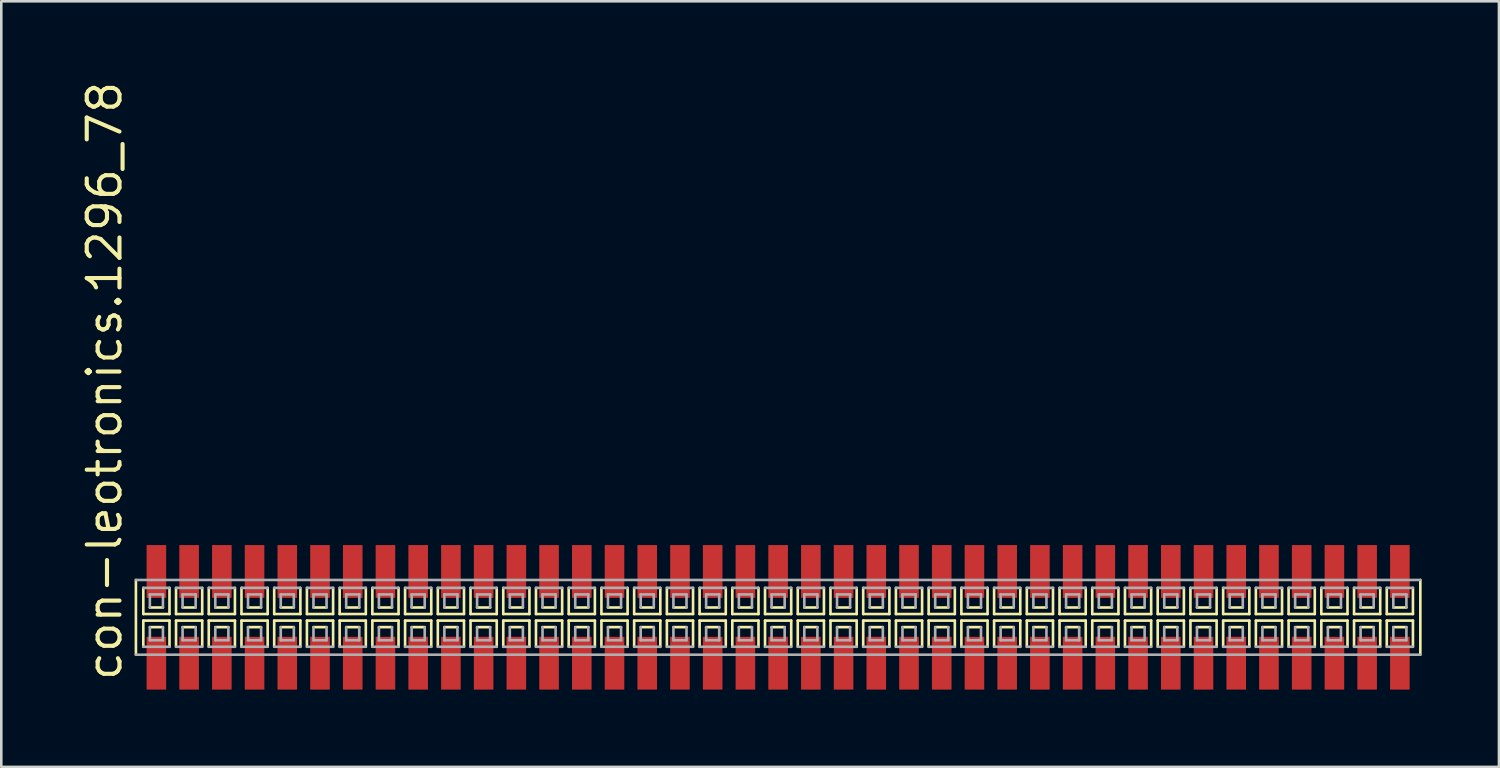
<source format=kicad_pcb>
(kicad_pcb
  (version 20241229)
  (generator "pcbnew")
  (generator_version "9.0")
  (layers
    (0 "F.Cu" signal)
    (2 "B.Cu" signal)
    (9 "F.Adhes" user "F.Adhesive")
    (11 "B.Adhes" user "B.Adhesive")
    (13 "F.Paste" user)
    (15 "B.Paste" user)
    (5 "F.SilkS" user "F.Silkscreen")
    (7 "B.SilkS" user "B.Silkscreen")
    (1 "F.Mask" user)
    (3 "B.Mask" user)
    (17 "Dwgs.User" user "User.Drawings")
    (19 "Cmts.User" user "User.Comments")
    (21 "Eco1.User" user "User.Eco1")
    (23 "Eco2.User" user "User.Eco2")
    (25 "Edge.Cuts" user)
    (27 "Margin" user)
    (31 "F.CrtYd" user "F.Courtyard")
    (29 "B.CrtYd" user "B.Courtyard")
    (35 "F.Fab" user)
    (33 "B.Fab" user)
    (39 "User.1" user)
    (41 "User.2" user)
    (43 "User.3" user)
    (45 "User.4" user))
  (footprint "con-leotronics.1296_78"
    (layer "F.Cu")
    (at 27.15 20.909)
    (property "Reference" "con-leotronics.1296_78" (at -25.4 2.54 90) (layer "F.SilkS") (effects (font (size 1.27 1.27) (thickness 0.16)) (justify left bottom)))
    (attr smd)
    (fp_line (start -24.925 -1.45) (end -24.925 1.45) (stroke (width 0.102) (type default)) (layer "F.SilkS"))
    (fp_line (start -24.638 -1.143) (end -24.638 -0.127) (stroke (width 0.102) (type default)) (layer "F.SilkS"))
    (fp_line (start -24.638 -0.127) (end -23.622 -0.127) (stroke (width 0.102) (type default)) (layer "F.SilkS"))
    (fp_line (start -24.638 0.127) (end -24.638 1.143) (stroke (width 0.102) (type default)) (layer "F.SilkS"))
    (fp_line (start -24.384 -0.381) (end -23.876 -0.381) (stroke (width 0.102) (type default)) (layer "F.SilkS"))
    (fp_line (start -23.876 0.381) (end -24.384 0.381) (stroke (width 0.102) (type default)) (layer "F.SilkS"))
    (fp_line (start -23.622 -0.127) (end -23.622 -1.143) (stroke (width 0.102) (type default)) (layer "F.SilkS"))
    (fp_line (start -23.622 0.127) (end -24.638 0.127) (stroke (width 0.102) (type default)) (layer "F.SilkS"))
    (fp_line (start -23.622 1.143) (end -23.622 0.127) (stroke (width 0.102) (type default)) (layer "F.SilkS"))
    (fp_line (start -23.368 -1.143) (end -23.368 -0.127) (stroke (width 0.102) (type default)) (layer "F.SilkS"))
    (fp_line (start -23.368 -0.127) (end -22.352 -0.127) (stroke (width 0.102) (type default)) (layer "F.SilkS"))
    (fp_line (start -23.368 0.127) (end -23.368 1.143) (stroke (width 0.102) (type default)) (layer "F.SilkS"))
    (fp_line (start -23.114 -0.381) (end -22.606 -0.381) (stroke (width 0.102) (type default)) (layer "F.SilkS"))
    (fp_line (start -22.606 0.381) (end -23.114 0.381) (stroke (width 0.102) (type default)) (layer "F.SilkS"))
    (fp_line (start -22.352 -0.127) (end -22.352 -1.143) (stroke (width 0.102) (type default)) (layer "F.SilkS"))
    (fp_line (start -22.352 0.127) (end -23.368 0.127) (stroke (width 0.102) (type default)) (layer "F.SilkS"))
    (fp_line (start -22.352 1.143) (end -22.352 0.127) (stroke (width 0.102) (type default)) (layer "F.SilkS"))
    (fp_line (start -22.098 -1.143) (end -22.098 -0.127) (stroke (width 0.102) (type default)) (layer "F.SilkS"))
    (fp_line (start -22.098 -0.127) (end -21.082 -0.127) (stroke (width 0.102) (type default)) (layer "F.SilkS"))
    (fp_line (start -22.098 0.127) (end -22.098 1.143) (stroke (width 0.102) (type default)) (layer "F.SilkS"))
    (fp_line (start -21.844 -0.381) (end -21.336 -0.381) (stroke (width 0.102) (type default)) (layer "F.SilkS"))
    (fp_line (start -21.336 0.381) (end -21.844 0.381) (stroke (width 0.102) (type default)) (layer "F.SilkS"))
    (fp_line (start -21.082 -0.127) (end -21.082 -1.143) (stroke (width 0.102) (type default)) (layer "F.SilkS"))
    (fp_line (start -21.082 0.127) (end -22.098 0.127) (stroke (width 0.102) (type default)) (layer "F.SilkS"))
    (fp_line (start -21.082 1.143) (end -21.082 0.127) (stroke (width 0.102) (type default)) (layer "F.SilkS"))
    (fp_line (start -20.828 -1.143) (end -20.828 -0.127) (stroke (width 0.102) (type default)) (layer "F.SilkS"))
    (fp_line (start -20.828 -0.127) (end -19.812 -0.127) (stroke (width 0.102) (type default)) (layer "F.SilkS"))
    (fp_line (start -20.828 0.127) (end -20.828 1.143) (stroke (width 0.102) (type default)) (layer "F.SilkS"))
    (fp_line (start -20.574 -0.381) (end -20.066 -0.381) (stroke (width 0.102) (type default)) (layer "F.SilkS"))
    (fp_line (start -20.066 0.381) (end -20.574 0.381) (stroke (width 0.102) (type default)) (layer "F.SilkS"))
    (fp_line (start -19.812 -0.127) (end -19.812 -1.143) (stroke (width 0.102) (type default)) (layer "F.SilkS"))
    (fp_line (start -19.812 0.127) (end -20.828 0.127) (stroke (width 0.102) (type default)) (layer "F.SilkS"))
    (fp_line (start -19.812 1.143) (end -19.812 0.127) (stroke (width 0.102) (type default)) (layer "F.SilkS"))
    (fp_line (start -19.558 -1.143) (end -19.558 -0.127) (stroke (width 0.102) (type default)) (layer "F.SilkS"))
    (fp_line (start -19.558 -0.127) (end -18.542 -0.127) (stroke (width 0.102) (type default)) (layer "F.SilkS"))
    (fp_line (start -19.558 0.127) (end -19.558 1.143) (stroke (width 0.102) (type default)) (layer "F.SilkS"))
    (fp_line (start -19.304 -0.381) (end -18.796 -0.381) (stroke (width 0.102) (type default)) (layer "F.SilkS"))
    (fp_line (start -18.796 0.381) (end -19.304 0.381) (stroke (width 0.102) (type default)) (layer "F.SilkS"))
    (fp_line (start -18.542 -0.127) (end -18.542 -1.143) (stroke (width 0.102) (type default)) (layer "F.SilkS"))
    (fp_line (start -18.542 0.127) (end -19.558 0.127) (stroke (width 0.102) (type default)) (layer "F.SilkS"))
    (fp_line (start -18.542 1.143) (end -18.542 0.127) (stroke (width 0.102) (type default)) (layer "F.SilkS"))
    (fp_line (start -18.288 -1.143) (end -18.288 -0.127) (stroke (width 0.102) (type default)) (layer "F.SilkS"))
    (fp_line (start -18.288 -0.127) (end -17.272 -0.127) (stroke (width 0.102) (type default)) (layer "F.SilkS"))
    (fp_line (start -18.288 0.127) (end -18.288 1.143) (stroke (width 0.102) (type default)) (layer "F.SilkS"))
    (fp_line (start -18.034 -0.381) (end -17.526 -0.381) (stroke (width 0.102) (type default)) (layer "F.SilkS"))
    (fp_line (start -17.526 0.381) (end -18.034 0.381) (stroke (width 0.102) (type default)) (layer "F.SilkS"))
    (fp_line (start -17.272 -0.127) (end -17.272 -1.143) (stroke (width 0.102) (type default)) (layer "F.SilkS"))
    (fp_line (start -17.272 0.127) (end -18.288 0.127) (stroke (width 0.102) (type default)) (layer "F.SilkS"))
    (fp_line (start -17.272 1.143) (end -17.272 0.127) (stroke (width 0.102) (type default)) (layer "F.SilkS"))
    (fp_line (start -17.018 -1.143) (end -17.018 -0.127) (stroke (width 0.102) (type default)) (layer "F.SilkS"))
    (fp_line (start -17.018 -0.127) (end -16.002 -0.127) (stroke (width 0.102) (type default)) (layer "F.SilkS"))
    (fp_line (start -17.018 0.127) (end -17.018 1.143) (stroke (width 0.102) (type default)) (layer "F.SilkS"))
    (fp_line (start -16.764 -0.381) (end -16.256 -0.381) (stroke (width 0.102) (type default)) (layer "F.SilkS"))
    (fp_line (start -16.256 0.381) (end -16.764 0.381) (stroke (width 0.102) (type default)) (layer "F.SilkS"))
    (fp_line (start -16.002 -0.127) (end -16.002 -1.143) (stroke (width 0.102) (type default)) (layer "F.SilkS"))
    (fp_line (start -16.002 0.127) (end -17.018 0.127) (stroke (width 0.102) (type default)) (layer "F.SilkS"))
    (fp_line (start -16.002 1.143) (end -16.002 0.127) (stroke (width 0.102) (type default)) (layer "F.SilkS"))
    (fp_line (start -15.748 -1.143) (end -15.748 -0.127) (stroke (width 0.102) (type default)) (layer "F.SilkS"))
    (fp_line (start -15.748 -0.127) (end -14.732 -0.127) (stroke (width 0.102) (type default)) (layer "F.SilkS"))
    (fp_line (start -15.748 0.127) (end -15.748 1.143) (stroke (width 0.102) (type default)) (layer "F.SilkS"))
    (fp_line (start -15.494 -0.381) (end -14.986 -0.381) (stroke (width 0.102) (type default)) (layer "F.SilkS"))
    (fp_line (start -14.986 0.381) (end -15.494 0.381) (stroke (width 0.102) (type default)) (layer "F.SilkS"))
    (fp_line (start -14.732 -0.127) (end -14.732 -1.143) (stroke (width 0.102) (type default)) (layer "F.SilkS"))
    (fp_line (start -14.732 0.127) (end -15.748 0.127) (stroke (width 0.102) (type default)) (layer "F.SilkS"))
    (fp_line (start -14.732 1.143) (end -14.732 0.127) (stroke (width 0.102) (type default)) (layer "F.SilkS"))
    (fp_line (start -14.478 -1.143) (end -14.478 -0.127) (stroke (width 0.102) (type default)) (layer "F.SilkS"))
    (fp_line (start -14.478 -0.127) (end -13.462 -0.127) (stroke (width 0.102) (type default)) (layer "F.SilkS"))
    (fp_line (start -14.478 0.127) (end -14.478 1.143) (stroke (width 0.102) (type default)) (layer "F.SilkS"))
    (fp_line (start -14.224 -0.381) (end -13.716 -0.381) (stroke (width 0.102) (type default)) (layer "F.SilkS"))
    (fp_line (start -13.716 0.381) (end -14.224 0.381) (stroke (width 0.102) (type default)) (layer "F.SilkS"))
    (fp_line (start -13.462 -0.127) (end -13.462 -1.143) (stroke (width 0.102) (type default)) (layer "F.SilkS"))
    (fp_line (start -13.462 0.127) (end -14.478 0.127) (stroke (width 0.102) (type default)) (layer "F.SilkS"))
    (fp_line (start -13.462 1.143) (end -13.462 0.127) (stroke (width 0.102) (type default)) (layer "F.SilkS"))
    (fp_line (start -13.208 -1.143) (end -13.208 -0.127) (stroke (width 0.102) (type default)) (layer "F.SilkS"))
    (fp_line (start -13.208 -0.127) (end -12.192 -0.127) (stroke (width 0.102) (type default)) (layer "F.SilkS"))
    (fp_line (start -13.208 0.127) (end -13.208 1.143) (stroke (width 0.102) (type default)) (layer "F.SilkS"))
    (fp_line (start -12.954 -0.381) (end -12.446 -0.381) (stroke (width 0.102) (type default)) (layer "F.SilkS"))
    (fp_line (start -12.446 0.381) (end -12.954 0.381) (stroke (width 0.102) (type default)) (layer "F.SilkS"))
    (fp_line (start -12.192 -0.127) (end -12.192 -1.143) (stroke (width 0.102) (type default)) (layer "F.SilkS"))
    (fp_line (start -12.192 0.127) (end -13.208 0.127) (stroke (width 0.102) (type default)) (layer "F.SilkS"))
    (fp_line (start -12.192 1.143) (end -12.192 0.127) (stroke (width 0.102) (type default)) (layer "F.SilkS"))
    (fp_line (start -11.938 -1.143) (end -11.938 -0.127) (stroke (width 0.102) (type default)) (layer "F.SilkS"))
    (fp_line (start -11.938 -0.127) (end -10.922 -0.127) (stroke (width 0.102) (type default)) (layer "F.SilkS"))
    (fp_line (start -11.938 0.127) (end -11.938 1.143) (stroke (width 0.102) (type default)) (layer "F.SilkS"))
    (fp_line (start -11.684 -0.381) (end -11.176 -0.381) (stroke (width 0.102) (type default)) (layer "F.SilkS"))
    (fp_line (start -11.176 0.381) (end -11.684 0.381) (stroke (width 0.102) (type default)) (layer "F.SilkS"))
    (fp_line (start -10.922 -0.127) (end -10.922 -1.143) (stroke (width 0.102) (type default)) (layer "F.SilkS"))
    (fp_line (start -10.922 0.127) (end -11.938 0.127) (stroke (width 0.102) (type default)) (layer "F.SilkS"))
    (fp_line (start -10.922 1.143) (end -10.922 0.127) (stroke (width 0.102) (type default)) (layer "F.SilkS"))
    (fp_line (start -10.668 -1.143) (end -10.668 -0.127) (stroke (width 0.102) (type default)) (layer "F.SilkS"))
    (fp_line (start -10.668 -0.127) (end -9.652 -0.127) (stroke (width 0.102) (type default)) (layer "F.SilkS"))
    (fp_line (start -10.668 0.127) (end -10.668 1.143) (stroke (width 0.102) (type default)) (layer "F.SilkS"))
    (fp_line (start -10.414 -0.381) (end -9.906 -0.381) (stroke (width 0.102) (type default)) (layer "F.SilkS"))
    (fp_line (start -9.906 0.381) (end -10.414 0.381) (stroke (width 0.102) (type default)) (layer "F.SilkS"))
    (fp_line (start -9.652 -0.127) (end -9.652 -1.143) (stroke (width 0.102) (type default)) (layer "F.SilkS"))
    (fp_line (start -9.652 0.127) (end -10.668 0.127) (stroke (width 0.102) (type default)) (layer "F.SilkS"))
    (fp_line (start -9.652 1.143) (end -9.652 0.127) (stroke (width 0.102) (type default)) (layer "F.SilkS"))
    (fp_line (start -9.398 -1.143) (end -9.398 -0.127) (stroke (width 0.102) (type default)) (layer "F.SilkS"))
    (fp_line (start -9.398 -0.127) (end -8.382 -0.127) (stroke (width 0.102) (type default)) (layer "F.SilkS"))
    (fp_line (start -9.398 0.127) (end -9.398 1.143) (stroke (width 0.102) (type default)) (layer "F.SilkS"))
    (fp_line (start -9.144 -0.381) (end -8.636 -0.381) (stroke (width 0.102) (type default)) (layer "F.SilkS"))
    (fp_line (start -8.636 0.381) (end -9.144 0.381) (stroke (width 0.102) (type default)) (layer "F.SilkS"))
    (fp_line (start -8.382 -0.127) (end -8.382 -1.143) (stroke (width 0.102) (type default)) (layer "F.SilkS"))
    (fp_line (start -8.382 0.127) (end -9.398 0.127) (stroke (width 0.102) (type default)) (layer "F.SilkS"))
    (fp_line (start -8.382 1.143) (end -8.382 0.127) (stroke (width 0.102) (type default)) (layer "F.SilkS"))
    (fp_line (start -8.128 -1.143) (end -8.128 -0.127) (stroke (width 0.102) (type default)) (layer "F.SilkS"))
    (fp_line (start -8.128 -0.127) (end -7.112 -0.127) (stroke (width 0.102) (type default)) (layer "F.SilkS"))
    (fp_line (start -8.128 0.127) (end -8.128 1.143) (stroke (width 0.102) (type default)) (layer "F.SilkS"))
    (fp_line (start -7.874 -0.381) (end -7.366 -0.381) (stroke (width 0.102) (type default)) (layer "F.SilkS"))
    (fp_line (start -7.366 0.381) (end -7.874 0.381) (stroke (width 0.102) (type default)) (layer "F.SilkS"))
    (fp_line (start -7.112 -0.127) (end -7.112 -1.143) (stroke (width 0.102) (type default)) (layer "F.SilkS"))
    (fp_line (start -7.112 0.127) (end -8.128 0.127) (stroke (width 0.102) (type default)) (layer "F.SilkS"))
    (fp_line (start -7.112 1.143) (end -7.112 0.127) (stroke (width 0.102) (type default)) (layer "F.SilkS"))
    (fp_line (start -6.858 -1.143) (end -6.858 -0.127) (stroke (width 0.102) (type default)) (layer "F.SilkS"))
    (fp_line (start -6.858 -0.127) (end -5.842 -0.127) (stroke (width 0.102) (type default)) (layer "F.SilkS"))
    (fp_line (start -6.858 0.127) (end -6.858 1.143) (stroke (width 0.102) (type default)) (layer "F.SilkS"))
    (fp_line (start -6.604 -0.381) (end -6.096 -0.381) (stroke (width 0.102) (type default)) (layer "F.SilkS"))
    (fp_line (start -6.096 0.381) (end -6.604 0.381) (stroke (width 0.102) (type default)) (layer "F.SilkS"))
    (fp_line (start -5.842 -0.127) (end -5.842 -1.143) (stroke (width 0.102) (type default)) (layer "F.SilkS"))
    (fp_line (start -5.842 0.127) (end -6.858 0.127) (stroke (width 0.102) (type default)) (layer "F.SilkS"))
    (fp_line (start -5.842 1.143) (end -5.842 0.127) (stroke (width 0.102) (type default)) (layer "F.SilkS"))
    (fp_line (start -5.588 -1.143) (end -5.588 -0.127) (stroke (width 0.102) (type default)) (layer "F.SilkS"))
    (fp_line (start -5.588 -0.127) (end -4.572 -0.127) (stroke (width 0.102) (type default)) (layer "F.SilkS"))
    (fp_line (start -5.588 0.127) (end -5.588 1.143) (stroke (width 0.102) (type default)) (layer "F.SilkS"))
    (fp_line (start -5.334 -0.381) (end -4.826 -0.381) (stroke (width 0.102) (type default)) (layer "F.SilkS"))
    (fp_line (start -4.826 0.381) (end -5.334 0.381) (stroke (width 0.102) (type default)) (layer "F.SilkS"))
    (fp_line (start -4.572 -0.127) (end -4.572 -1.143) (stroke (width 0.102) (type default)) (layer "F.SilkS"))
    (fp_line (start -4.572 0.127) (end -5.588 0.127) (stroke (width 0.102) (type default)) (layer "F.SilkS"))
    (fp_line (start -4.572 1.143) (end -4.572 0.127) (stroke (width 0.102) (type default)) (layer "F.SilkS"))
    (fp_line (start -4.318 -1.143) (end -4.318 -0.127) (stroke (width 0.102) (type default)) (layer "F.SilkS"))
    (fp_line (start -4.318 -0.127) (end -3.302 -0.127) (stroke (width 0.102) (type default)) (layer "F.SilkS"))
    (fp_line (start -4.318 0.127) (end -4.318 1.143) (stroke (width 0.102) (type default)) (layer "F.SilkS"))
    (fp_line (start -4.064 -0.381) (end -3.556 -0.381) (stroke (width 0.102) (type default)) (layer "F.SilkS"))
    (fp_line (start -3.556 0.381) (end -4.064 0.381) (stroke (width 0.102) (type default)) (layer "F.SilkS"))
    (fp_line (start -3.302 -0.127) (end -3.302 -1.143) (stroke (width 0.102) (type default)) (layer "F.SilkS"))
    (fp_line (start -3.302 0.127) (end -4.318 0.127) (stroke (width 0.102) (type default)) (layer "F.SilkS"))
    (fp_line (start -3.302 1.143) (end -3.302 0.127) (stroke (width 0.102) (type default)) (layer "F.SilkS"))
    (fp_line (start -3.048 -1.143) (end -3.048 -0.127) (stroke (width 0.102) (type default)) (layer "F.SilkS"))
    (fp_line (start -3.048 -0.127) (end -2.032 -0.127) (stroke (width 0.102) (type default)) (layer "F.SilkS"))
    (fp_line (start -3.048 0.127) (end -3.048 1.143) (stroke (width 0.102) (type default)) (layer "F.SilkS"))
    (fp_line (start -2.794 -0.381) (end -2.286 -0.381) (stroke (width 0.102) (type default)) (layer "F.SilkS"))
    (fp_line (start -2.286 0.381) (end -2.794 0.381) (stroke (width 0.102) (type default)) (layer "F.SilkS"))
    (fp_line (start -2.032 -0.127) (end -2.032 -1.143) (stroke (width 0.102) (type default)) (layer "F.SilkS"))
    (fp_line (start -2.032 0.127) (end -3.048 0.127) (stroke (width 0.102) (type default)) (layer "F.SilkS"))
    (fp_line (start -2.032 1.143) (end -2.032 0.127) (stroke (width 0.102) (type default)) (layer "F.SilkS"))
    (fp_line (start -1.778 -1.143) (end -1.778 -0.127) (stroke (width 0.102) (type default)) (layer "F.SilkS"))
    (fp_line (start -1.778 -0.127) (end -0.762 -0.127) (stroke (width 0.102) (type default)) (layer "F.SilkS"))
    (fp_line (start -1.778 0.127) (end -1.778 1.143) (stroke (width 0.102) (type default)) (layer "F.SilkS"))
    (fp_line (start -1.524 -0.381) (end -1.016 -0.381) (stroke (width 0.102) (type default)) (layer "F.SilkS"))
    (fp_line (start -1.016 0.381) (end -1.524 0.381) (stroke (width 0.102) (type default)) (layer "F.SilkS"))
    (fp_line (start -0.762 -0.127) (end -0.762 -1.143) (stroke (width 0.102) (type default)) (layer "F.SilkS"))
    (fp_line (start -0.762 0.127) (end -1.778 0.127) (stroke (width 0.102) (type default)) (layer "F.SilkS"))
    (fp_line (start -0.762 1.143) (end -0.762 0.127) (stroke (width 0.102) (type default)) (layer "F.SilkS"))
    (fp_line (start -0.508 -1.143) (end -0.508 -0.127) (stroke (width 0.102) (type default)) (layer "F.SilkS"))
    (fp_line (start -0.508 -0.127) (end 0.508 -0.127) (stroke (width 0.102) (type default)) (layer "F.SilkS"))
    (fp_line (start -0.508 0.127) (end -0.508 1.143) (stroke (width 0.102) (type default)) (layer "F.SilkS"))
    (fp_line (start -0.254 -0.381) (end 0.254 -0.381) (stroke (width 0.102) (type default)) (layer "F.SilkS"))
    (fp_line (start 0.254 0.381) (end -0.254 0.381) (stroke (width 0.102) (type default)) (layer "F.SilkS"))
    (fp_line (start 0.508 -0.127) (end 0.508 -1.143) (stroke (width 0.102) (type default)) (layer "F.SilkS"))
    (fp_line (start 0.508 0.127) (end -0.508 0.127) (stroke (width 0.102) (type default)) (layer "F.SilkS"))
    (fp_line (start 0.508 1.143) (end 0.508 0.127) (stroke (width 0.102) (type default)) (layer "F.SilkS"))
    (fp_line (start 0.762 -1.143) (end 0.762 -0.127) (stroke (width 0.102) (type default)) (layer "F.SilkS"))
    (fp_line (start 0.762 -0.127) (end 1.778 -0.127) (stroke (width 0.102) (type default)) (layer "F.SilkS"))
    (fp_line (start 0.762 0.127) (end 0.762 1.143) (stroke (width 0.102) (type default)) (layer "F.SilkS"))
    (fp_line (start 1.016 -0.381) (end 1.524 -0.381) (stroke (width 0.102) (type default)) (layer "F.SilkS"))
    (fp_line (start 1.524 0.381) (end 1.016 0.381) (stroke (width 0.102) (type default)) (layer "F.SilkS"))
    (fp_line (start 1.778 -0.127) (end 1.778 -1.143) (stroke (width 0.102) (type default)) (layer "F.SilkS"))
    (fp_line (start 1.778 0.127) (end 0.762 0.127) (stroke (width 0.102) (type default)) (layer "F.SilkS"))
    (fp_line (start 1.778 1.143) (end 1.778 0.127) (stroke (width 0.102) (type default)) (layer "F.SilkS"))
    (fp_line (start 2.032 -1.143) (end 2.032 -0.127) (stroke (width 0.102) (type default)) (layer "F.SilkS"))
    (fp_line (start 2.032 -0.127) (end 3.048 -0.127) (stroke (width 0.102) (type default)) (layer "F.SilkS"))
    (fp_line (start 2.032 0.127) (end 2.032 1.143) (stroke (width 0.102) (type default)) (layer "F.SilkS"))
    (fp_line (start 2.286 -0.381) (end 2.794 -0.381) (stroke (width 0.102) (type default)) (layer "F.SilkS"))
    (fp_line (start 2.794 0.381) (end 2.286 0.381) (stroke (width 0.102) (type default)) (layer "F.SilkS"))
    (fp_line (start 3.048 -0.127) (end 3.048 -1.143) (stroke (width 0.102) (type default)) (layer "F.SilkS"))
    (fp_line (start 3.048 0.127) (end 2.032 0.127) (stroke (width 0.102) (type default)) (layer "F.SilkS"))
    (fp_line (start 3.048 1.143) (end 3.048 0.127) (stroke (width 0.102) (type default)) (layer "F.SilkS"))
    (fp_line (start 3.302 -1.143) (end 3.302 -0.127) (stroke (width 0.102) (type default)) (layer "F.SilkS"))
    (fp_line (start 3.302 -0.127) (end 4.318 -0.127) (stroke (width 0.102) (type default)) (layer "F.SilkS"))
    (fp_line (start 3.302 0.127) (end 3.302 1.143) (stroke (width 0.102) (type default)) (layer "F.SilkS"))
    (fp_line (start 3.556 -0.381) (end 4.064 -0.381) (stroke (width 0.102) (type default)) (layer "F.SilkS"))
    (fp_line (start 4.064 0.381) (end 3.556 0.381) (stroke (width 0.102) (type default)) (layer "F.SilkS"))
    (fp_line (start 4.318 -0.127) (end 4.318 -1.143) (stroke (width 0.102) (type default)) (layer "F.SilkS"))
    (fp_line (start 4.318 0.127) (end 3.302 0.127) (stroke (width 0.102) (type default)) (layer "F.SilkS"))
    (fp_line (start 4.318 1.143) (end 4.318 0.127) (stroke (width 0.102) (type default)) (layer "F.SilkS"))
    (fp_line (start 4.572 -1.143) (end 4.572 -0.127) (stroke (width 0.102) (type default)) (layer "F.SilkS"))
    (fp_line (start 4.572 -0.127) (end 5.588 -0.127) (stroke (width 0.102) (type default)) (layer "F.SilkS"))
    (fp_line (start 4.572 0.127) (end 4.572 1.143) (stroke (width 0.102) (type default)) (layer "F.SilkS"))
    (fp_line (start 4.826 -0.381) (end 5.334 -0.381) (stroke (width 0.102) (type default)) (layer "F.SilkS"))
    (fp_line (start 5.334 0.381) (end 4.826 0.381) (stroke (width 0.102) (type default)) (layer "F.SilkS"))
    (fp_line (start 5.588 -0.127) (end 5.588 -1.143) (stroke (width 0.102) (type default)) (layer "F.SilkS"))
    (fp_line (start 5.588 0.127) (end 4.572 0.127) (stroke (width 0.102) (type default)) (layer "F.SilkS"))
    (fp_line (start 5.588 1.143) (end 5.588 0.127) (stroke (width 0.102) (type default)) (layer "F.SilkS"))
    (fp_line (start 5.842 -1.143) (end 5.842 -0.127) (stroke (width 0.102) (type default)) (layer "F.SilkS"))
    (fp_line (start 5.842 -0.127) (end 6.858 -0.127) (stroke (width 0.102) (type default)) (layer "F.SilkS"))
    (fp_line (start 5.842 0.127) (end 5.842 1.143) (stroke (width 0.102) (type default)) (layer "F.SilkS"))
    (fp_line (start 6.096 -0.381) (end 6.604 -0.381) (stroke (width 0.102) (type default)) (layer "F.SilkS"))
    (fp_line (start 6.604 0.381) (end 6.096 0.381) (stroke (width 0.102) (type default)) (layer "F.SilkS"))
    (fp_line (start 6.858 -0.127) (end 6.858 -1.143) (stroke (width 0.102) (type default)) (layer "F.SilkS"))
    (fp_line (start 6.858 0.127) (end 5.842 0.127) (stroke (width 0.102) (type default)) (layer "F.SilkS"))
    (fp_line (start 6.858 1.143) (end 6.858 0.127) (stroke (width 0.102) (type default)) (layer "F.SilkS"))
    (fp_line (start 7.112 -1.143) (end 7.112 -0.127) (stroke (width 0.102) (type default)) (layer "F.SilkS"))
    (fp_line (start 7.112 -0.127) (end 8.128 -0.127) (stroke (width 0.102) (type default)) (layer "F.SilkS"))
    (fp_line (start 7.112 0.127) (end 7.112 1.143) (stroke (width 0.102) (type default)) (layer "F.SilkS"))
    (fp_line (start 7.366 -0.381) (end 7.874 -0.381) (stroke (width 0.102) (type default)) (layer "F.SilkS"))
    (fp_line (start 7.874 0.381) (end 7.366 0.381) (stroke (width 0.102) (type default)) (layer "F.SilkS"))
    (fp_line (start 8.128 -0.127) (end 8.128 -1.143) (stroke (width 0.102) (type default)) (layer "F.SilkS"))
    (fp_line (start 8.128 0.127) (end 7.112 0.127) (stroke (width 0.102) (type default)) (layer "F.SilkS"))
    (fp_line (start 8.128 1.143) (end 8.128 0.127) (stroke (width 0.102) (type default)) (layer "F.SilkS"))
    (fp_line (start 8.382 -1.143) (end 8.382 -0.127) (stroke (width 0.102) (type default)) (layer "F.SilkS"))
    (fp_line (start 8.382 -0.127) (end 9.398 -0.127) (stroke (width 0.102) (type default)) (layer "F.SilkS"))
    (fp_line (start 8.382 0.127) (end 8.382 1.143) (stroke (width 0.102) (type default)) (layer "F.SilkS"))
    (fp_line (start 8.636 -0.381) (end 9.144 -0.381) (stroke (width 0.102) (type default)) (layer "F.SilkS"))
    (fp_line (start 9.144 0.381) (end 8.636 0.381) (stroke (width 0.102) (type default)) (layer "F.SilkS"))
    (fp_line (start 9.398 -0.127) (end 9.398 -1.143) (stroke (width 0.102) (type default)) (layer "F.SilkS"))
    (fp_line (start 9.398 0.127) (end 8.382 0.127) (stroke (width 0.102) (type default)) (layer "F.SilkS"))
    (fp_line (start 9.398 1.143) (end 9.398 0.127) (stroke (width 0.102) (type default)) (layer "F.SilkS"))
    (fp_line (start 9.652 -1.143) (end 9.652 -0.127) (stroke (width 0.102) (type default)) (layer "F.SilkS"))
    (fp_line (start 9.652 -0.127) (end 10.668 -0.127) (stroke (width 0.102) (type default)) (layer "F.SilkS"))
    (fp_line (start 9.652 0.127) (end 9.652 1.143) (stroke (width 0.102) (type default)) (layer "F.SilkS"))
    (fp_line (start 9.906 -0.381) (end 10.414 -0.381) (stroke (width 0.102) (type default)) (layer "F.SilkS"))
    (fp_line (start 10.414 0.381) (end 9.906 0.381) (stroke (width 0.102) (type default)) (layer "F.SilkS"))
    (fp_line (start 10.668 -0.127) (end 10.668 -1.143) (stroke (width 0.102) (type default)) (layer "F.SilkS"))
    (fp_line (start 10.668 0.127) (end 9.652 0.127) (stroke (width 0.102) (type default)) (layer "F.SilkS"))
    (fp_line (start 10.668 1.143) (end 10.668 0.127) (stroke (width 0.102) (type default)) (layer "F.SilkS"))
    (fp_line (start 10.922 -1.143) (end 10.922 -0.127) (stroke (width 0.102) (type default)) (layer "F.SilkS"))
    (fp_line (start 10.922 -0.127) (end 11.938 -0.127) (stroke (width 0.102) (type default)) (layer "F.SilkS"))
    (fp_line (start 10.922 0.127) (end 10.922 1.143) (stroke (width 0.102) (type default)) (layer "F.SilkS"))
    (fp_line (start 11.176 -0.381) (end 11.684 -0.381) (stroke (width 0.102) (type default)) (layer "F.SilkS"))
    (fp_line (start 11.684 0.381) (end 11.176 0.381) (stroke (width 0.102) (type default)) (layer "F.SilkS"))
    (fp_line (start 11.938 -0.127) (end 11.938 -1.143) (stroke (width 0.102) (type default)) (layer "F.SilkS"))
    (fp_line (start 11.938 0.127) (end 10.922 0.127) (stroke (width 0.102) (type default)) (layer "F.SilkS"))
    (fp_line (start 11.938 1.143) (end 11.938 0.127) (stroke (width 0.102) (type default)) (layer "F.SilkS"))
    (fp_line (start 12.192 -1.143) (end 12.192 -0.127) (stroke (width 0.102) (type default)) (layer "F.SilkS"))
    (fp_line (start 12.192 -0.127) (end 13.208 -0.127) (stroke (width 0.102) (type default)) (layer "F.SilkS"))
    (fp_line (start 12.192 0.127) (end 12.192 1.143) (stroke (width 0.102) (type default)) (layer "F.SilkS"))
    (fp_line (start 12.446 -0.381) (end 12.954 -0.381) (stroke (width 0.102) (type default)) (layer "F.SilkS"))
    (fp_line (start 12.954 0.381) (end 12.446 0.381) (stroke (width 0.102) (type default)) (layer "F.SilkS"))
    (fp_line (start 13.208 -0.127) (end 13.208 -1.143) (stroke (width 0.102) (type default)) (layer "F.SilkS"))
    (fp_line (start 13.208 0.127) (end 12.192 0.127) (stroke (width 0.102) (type default)) (layer "F.SilkS"))
    (fp_line (start 13.208 1.143) (end 13.208 0.127) (stroke (width 0.102) (type default)) (layer "F.SilkS"))
    (fp_line (start 13.462 -1.143) (end 13.462 -0.127) (stroke (width 0.102) (type default)) (layer "F.SilkS"))
    (fp_line (start 13.462 -0.127) (end 14.478 -0.127) (stroke (width 0.102) (type default)) (layer "F.SilkS"))
    (fp_line (start 13.462 0.127) (end 13.462 1.143) (stroke (width 0.102) (type default)) (layer "F.SilkS"))
    (fp_line (start 13.716 -0.381) (end 14.224 -0.381) (stroke (width 0.102) (type default)) (layer "F.SilkS"))
    (fp_line (start 14.224 0.381) (end 13.716 0.381) (stroke (width 0.102) (type default)) (layer "F.SilkS"))
    (fp_line (start 14.478 -0.127) (end 14.478 -1.143) (stroke (width 0.102) (type default)) (layer "F.SilkS"))
    (fp_line (start 14.478 0.127) (end 13.462 0.127) (stroke (width 0.102) (type default)) (layer "F.SilkS"))
    (fp_line (start 14.478 1.143) (end 14.478 0.127) (stroke (width 0.102) (type default)) (layer "F.SilkS"))
    (fp_line (start 14.732 -1.143) (end 14.732 -0.127) (stroke (width 0.102) (type default)) (layer "F.SilkS"))
    (fp_line (start 14.732 -0.127) (end 15.748 -0.127) (stroke (width 0.102) (type default)) (layer "F.SilkS"))
    (fp_line (start 14.732 0.127) (end 14.732 1.143) (stroke (width 0.102) (type default)) (layer "F.SilkS"))
    (fp_line (start 14.986 -0.381) (end 15.494 -0.381) (stroke (width 0.102) (type default)) (layer "F.SilkS"))
    (fp_line (start 15.494 0.381) (end 14.986 0.381) (stroke (width 0.102) (type default)) (layer "F.SilkS"))
    (fp_line (start 15.748 -0.127) (end 15.748 -1.143) (stroke (width 0.102) (type default)) (layer "F.SilkS"))
    (fp_line (start 15.748 0.127) (end 14.732 0.127) (stroke (width 0.102) (type default)) (layer "F.SilkS"))
    (fp_line (start 15.748 1.143) (end 15.748 0.127) (stroke (width 0.102) (type default)) (layer "F.SilkS"))
    (fp_line (start 16.002 -1.143) (end 16.002 -0.127) (stroke (width 0.102) (type default)) (layer "F.SilkS"))
    (fp_line (start 16.002 -0.127) (end 17.018 -0.127) (stroke (width 0.102) (type default)) (layer "F.SilkS"))
    (fp_line (start 16.002 0.127) (end 16.002 1.143) (stroke (width 0.102) (type default)) (layer "F.SilkS"))
    (fp_line (start 16.256 -0.381) (end 16.764 -0.381) (stroke (width 0.102) (type default)) (layer "F.SilkS"))
    (fp_line (start 16.764 0.381) (end 16.256 0.381) (stroke (width 0.102) (type default)) (layer "F.SilkS"))
    (fp_line (start 17.018 -0.127) (end 17.018 -1.143) (stroke (width 0.102) (type default)) (layer "F.SilkS"))
    (fp_line (start 17.018 0.127) (end 16.002 0.127) (stroke (width 0.102) (type default)) (layer "F.SilkS"))
    (fp_line (start 17.018 1.143) (end 17.018 0.127) (stroke (width 0.102) (type default)) (layer "F.SilkS"))
    (fp_line (start 17.272 -1.143) (end 17.272 -0.127) (stroke (width 0.102) (type default)) (layer "F.SilkS"))
    (fp_line (start 17.272 -0.127) (end 18.288 -0.127) (stroke (width 0.102) (type default)) (layer "F.SilkS"))
    (fp_line (start 17.272 0.127) (end 17.272 1.143) (stroke (width 0.102) (type default)) (layer "F.SilkS"))
    (fp_line (start 17.526 -0.381) (end 18.034 -0.381) (stroke (width 0.102) (type default)) (layer "F.SilkS"))
    (fp_line (start 18.034 0.381) (end 17.526 0.381) (stroke (width 0.102) (type default)) (layer "F.SilkS"))
    (fp_line (start 18.288 -0.127) (end 18.288 -1.143) (stroke (width 0.102) (type default)) (layer "F.SilkS"))
    (fp_line (start 18.288 0.127) (end 17.272 0.127) (stroke (width 0.102) (type default)) (layer "F.SilkS"))
    (fp_line (start 18.288 1.143) (end 18.288 0.127) (stroke (width 0.102) (type default)) (layer "F.SilkS"))
    (fp_line (start 18.542 -1.143) (end 18.542 -0.127) (stroke (width 0.102) (type default)) (layer "F.SilkS"))
    (fp_line (start 18.542 -0.127) (end 19.558 -0.127) (stroke (width 0.102) (type default)) (layer "F.SilkS"))
    (fp_line (start 18.542 0.127) (end 18.542 1.143) (stroke (width 0.102) (type default)) (layer "F.SilkS"))
    (fp_line (start 18.796 -0.381) (end 19.304 -0.381) (stroke (width 0.102) (type default)) (layer "F.SilkS"))
    (fp_line (start 19.304 0.381) (end 18.796 0.381) (stroke (width 0.102) (type default)) (layer "F.SilkS"))
    (fp_line (start 19.558 -0.127) (end 19.558 -1.143) (stroke (width 0.102) (type default)) (layer "F.SilkS"))
    (fp_line (start 19.558 0.127) (end 18.542 0.127) (stroke (width 0.102) (type default)) (layer "F.SilkS"))
    (fp_line (start 19.558 1.143) (end 19.558 0.127) (stroke (width 0.102) (type default)) (layer "F.SilkS"))
    (fp_line (start 19.812 -1.143) (end 19.812 -0.127) (stroke (width 0.102) (type default)) (layer "F.SilkS"))
    (fp_line (start 19.812 -0.127) (end 20.828 -0.127) (stroke (width 0.102) (type default)) (layer "F.SilkS"))
    (fp_line (start 19.812 0.127) (end 19.812 1.143) (stroke (width 0.102) (type default)) (layer "F.SilkS"))
    (fp_line (start 20.066 -0.381) (end 20.574 -0.381) (stroke (width 0.102) (type default)) (layer "F.SilkS"))
    (fp_line (start 20.574 0.381) (end 20.066 0.381) (stroke (width 0.102) (type default)) (layer "F.SilkS"))
    (fp_line (start 20.828 -0.127) (end 20.828 -1.143) (stroke (width 0.102) (type default)) (layer "F.SilkS"))
    (fp_line (start 20.828 0.127) (end 19.812 0.127) (stroke (width 0.102) (type default)) (layer "F.SilkS"))
    (fp_line (start 20.828 1.143) (end 20.828 0.127) (stroke (width 0.102) (type default)) (layer "F.SilkS"))
    (fp_line (start 21.082 -1.143) (end 21.082 -0.127) (stroke (width 0.102) (type default)) (layer "F.SilkS"))
    (fp_line (start 21.082 -0.127) (end 22.098 -0.127) (stroke (width 0.102) (type default)) (layer "F.SilkS"))
    (fp_line (start 21.082 0.127) (end 21.082 1.143) (stroke (width 0.102) (type default)) (layer "F.SilkS"))
    (fp_line (start 21.336 -0.381) (end 21.844 -0.381) (stroke (width 0.102) (type default)) (layer "F.SilkS"))
    (fp_line (start 21.844 0.381) (end 21.336 0.381) (stroke (width 0.102) (type default)) (layer "F.SilkS"))
    (fp_line (start 22.098 -0.127) (end 22.098 -1.143) (stroke (width 0.102) (type default)) (layer "F.SilkS"))
    (fp_line (start 22.098 0.127) (end 21.082 0.127) (stroke (width 0.102) (type default)) (layer "F.SilkS"))
    (fp_line (start 22.098 1.143) (end 22.098 0.127) (stroke (width 0.102) (type default)) (layer "F.SilkS"))
    (fp_line (start 22.352 -1.143) (end 22.352 -0.127) (stroke (width 0.102) (type default)) (layer "F.SilkS"))
    (fp_line (start 22.352 -0.127) (end 23.368 -0.127) (stroke (width 0.102) (type default)) (layer "F.SilkS"))
    (fp_line (start 22.352 0.127) (end 22.352 1.143) (stroke (width 0.102) (type default)) (layer "F.SilkS"))
    (fp_line (start 22.606 -0.381) (end 23.114 -0.381) (stroke (width 0.102) (type default)) (layer "F.SilkS"))
    (fp_line (start 23.114 0.381) (end 22.606 0.381) (stroke (width 0.102) (type default)) (layer "F.SilkS"))
    (fp_line (start 23.368 -0.127) (end 23.368 -1.143) (stroke (width 0.102) (type default)) (layer "F.SilkS"))
    (fp_line (start 23.368 0.127) (end 22.352 0.127) (stroke (width 0.102) (type default)) (layer "F.SilkS"))
    (fp_line (start 23.368 1.143) (end 23.368 0.127) (stroke (width 0.102) (type default)) (layer "F.SilkS"))
    (fp_line (start 23.622 -1.143) (end 23.622 -0.127) (stroke (width 0.102) (type default)) (layer "F.SilkS"))
    (fp_line (start 23.622 -0.127) (end 24.638 -0.127) (stroke (width 0.102) (type default)) (layer "F.SilkS"))
    (fp_line (start 23.622 0.127) (end 23.622 1.143) (stroke (width 0.102) (type default)) (layer "F.SilkS"))
    (fp_line (start 23.876 -0.381) (end 24.384 -0.381) (stroke (width 0.102) (type default)) (layer "F.SilkS"))
    (fp_line (start 24.384 0.381) (end 23.876 0.381) (stroke (width 0.102) (type default)) (layer "F.SilkS"))
    (fp_line (start 24.638 -0.127) (end 24.638 -1.143) (stroke (width 0.102) (type default)) (layer "F.SilkS"))
    (fp_line (start 24.638 0.127) (end 23.622 0.127) (stroke (width 0.102) (type default)) (layer "F.SilkS"))
    (fp_line (start 24.638 1.143) (end 24.638 0.127) (stroke (width 0.102) (type default)) (layer "F.SilkS"))
    (fp_line (start 24.925 1.45) (end 24.925 -1.45) (stroke (width 0.102) (type default)) (layer "F.SilkS"))
    (fp_line (start -24.925 1.45) (end 24.925 1.45) (stroke (width 0.102) (type default)) (layer "F.Fab"))
    (fp_line (start -24.638 1.143) (end -23.622 1.143) (stroke (width 0.102) (type default)) (layer "F.Fab"))
    (fp_line (start -24.384 -0.889) (end -24.384 -0.381) (stroke (width 0.102) (type default)) (layer "F.Fab"))
    (fp_line (start -24.384 0.381) (end -24.384 0.889) (stroke (width 0.102) (type default)) (layer "F.Fab"))
    (fp_line (start -24.384 0.889) (end -23.876 0.889) (stroke (width 0.102) (type default)) (layer "F.Fab"))
    (fp_line (start -23.876 -0.889) (end -24.384 -0.889) (stroke (width 0.102) (type default)) (layer "F.Fab"))
    (fp_line (start -23.876 -0.381) (end -23.876 -0.889) (stroke (width 0.102) (type default)) (layer "F.Fab"))
    (fp_line (start -23.876 0.889) (end -23.876 0.381) (stroke (width 0.102) (type default)) (layer "F.Fab"))
    (fp_line (start -23.622 -1.143) (end -24.638 -1.143) (stroke (width 0.102) (type default)) (layer "F.Fab"))
    (fp_line (start -23.368 1.143) (end -22.352 1.143) (stroke (width 0.102) (type default)) (layer "F.Fab"))
    (fp_line (start -23.114 -0.889) (end -23.114 -0.381) (stroke (width 0.102) (type default)) (layer "F.Fab"))
    (fp_line (start -23.114 0.381) (end -23.114 0.889) (stroke (width 0.102) (type default)) (layer "F.Fab"))
    (fp_line (start -23.114 0.889) (end -22.606 0.889) (stroke (width 0.102) (type default)) (layer "F.Fab"))
    (fp_line (start -22.606 -0.889) (end -23.114 -0.889) (stroke (width 0.102) (type default)) (layer "F.Fab"))
    (fp_line (start -22.606 -0.381) (end -22.606 -0.889) (stroke (width 0.102) (type default)) (layer "F.Fab"))
    (fp_line (start -22.606 0.889) (end -22.606 0.381) (stroke (width 0.102) (type default)) (layer "F.Fab"))
    (fp_line (start -22.352 -1.143) (end -23.368 -1.143) (stroke (width 0.102) (type default)) (layer "F.Fab"))
    (fp_line (start -22.098 1.143) (end -21.082 1.143) (stroke (width 0.102) (type default)) (layer "F.Fab"))
    (fp_line (start -21.844 -0.889) (end -21.844 -0.381) (stroke (width 0.102) (type default)) (layer "F.Fab"))
    (fp_line (start -21.844 0.381) (end -21.844 0.889) (stroke (width 0.102) (type default)) (layer "F.Fab"))
    (fp_line (start -21.844 0.889) (end -21.336 0.889) (stroke (width 0.102) (type default)) (layer "F.Fab"))
    (fp_line (start -21.336 -0.889) (end -21.844 -0.889) (stroke (width 0.102) (type default)) (layer "F.Fab"))
    (fp_line (start -21.336 -0.381) (end -21.336 -0.889) (stroke (width 0.102) (type default)) (layer "F.Fab"))
    (fp_line (start -21.336 0.889) (end -21.336 0.381) (stroke (width 0.102) (type default)) (layer "F.Fab"))
    (fp_line (start -21.082 -1.143) (end -22.098 -1.143) (stroke (width 0.102) (type default)) (layer "F.Fab"))
    (fp_line (start -20.828 1.143) (end -19.812 1.143) (stroke (width 0.102) (type default)) (layer "F.Fab"))
    (fp_line (start -20.574 -0.889) (end -20.574 -0.381) (stroke (width 0.102) (type default)) (layer "F.Fab"))
    (fp_line (start -20.574 0.381) (end -20.574 0.889) (stroke (width 0.102) (type default)) (layer "F.Fab"))
    (fp_line (start -20.574 0.889) (end -20.066 0.889) (stroke (width 0.102) (type default)) (layer "F.Fab"))
    (fp_line (start -20.066 -0.889) (end -20.574 -0.889) (stroke (width 0.102) (type default)) (layer "F.Fab"))
    (fp_line (start -20.066 -0.381) (end -20.066 -0.889) (stroke (width 0.102) (type default)) (layer "F.Fab"))
    (fp_line (start -20.066 0.889) (end -20.066 0.381) (stroke (width 0.102) (type default)) (layer "F.Fab"))
    (fp_line (start -19.812 -1.143) (end -20.828 -1.143) (stroke (width 0.102) (type default)) (layer "F.Fab"))
    (fp_line (start -19.558 1.143) (end -18.542 1.143) (stroke (width 0.102) (type default)) (layer "F.Fab"))
    (fp_line (start -19.304 -0.889) (end -19.304 -0.381) (stroke (width 0.102) (type default)) (layer "F.Fab"))
    (fp_line (start -19.304 0.381) (end -19.304 0.889) (stroke (width 0.102) (type default)) (layer "F.Fab"))
    (fp_line (start -19.304 0.889) (end -18.796 0.889) (stroke (width 0.102) (type default)) (layer "F.Fab"))
    (fp_line (start -18.796 -0.889) (end -19.304 -0.889) (stroke (width 0.102) (type default)) (layer "F.Fab"))
    (fp_line (start -18.796 -0.381) (end -18.796 -0.889) (stroke (width 0.102) (type default)) (layer "F.Fab"))
    (fp_line (start -18.796 0.889) (end -18.796 0.381) (stroke (width 0.102) (type default)) (layer "F.Fab"))
    (fp_line (start -18.542 -1.143) (end -19.558 -1.143) (stroke (width 0.102) (type default)) (layer "F.Fab"))
    (fp_line (start -18.288 1.143) (end -17.272 1.143) (stroke (width 0.102) (type default)) (layer "F.Fab"))
    (fp_line (start -18.034 -0.889) (end -18.034 -0.381) (stroke (width 0.102) (type default)) (layer "F.Fab"))
    (fp_line (start -18.034 0.381) (end -18.034 0.889) (stroke (width 0.102) (type default)) (layer "F.Fab"))
    (fp_line (start -18.034 0.889) (end -17.526 0.889) (stroke (width 0.102) (type default)) (layer "F.Fab"))
    (fp_line (start -17.526 -0.889) (end -18.034 -0.889) (stroke (width 0.102) (type default)) (layer "F.Fab"))
    (fp_line (start -17.526 -0.381) (end -17.526 -0.889) (stroke (width 0.102) (type default)) (layer "F.Fab"))
    (fp_line (start -17.526 0.889) (end -17.526 0.381) (stroke (width 0.102) (type default)) (layer "F.Fab"))
    (fp_line (start -17.272 -1.143) (end -18.288 -1.143) (stroke (width 0.102) (type default)) (layer "F.Fab"))
    (fp_line (start -17.018 1.143) (end -16.002 1.143) (stroke (width 0.102) (type default)) (layer "F.Fab"))
    (fp_line (start -16.764 -0.889) (end -16.764 -0.381) (stroke (width 0.102) (type default)) (layer "F.Fab"))
    (fp_line (start -16.764 0.381) (end -16.764 0.889) (stroke (width 0.102) (type default)) (layer "F.Fab"))
    (fp_line (start -16.764 0.889) (end -16.256 0.889) (stroke (width 0.102) (type default)) (layer "F.Fab"))
    (fp_line (start -16.256 -0.889) (end -16.764 -0.889) (stroke (width 0.102) (type default)) (layer "F.Fab"))
    (fp_line (start -16.256 -0.381) (end -16.256 -0.889) (stroke (width 0.102) (type default)) (layer "F.Fab"))
    (fp_line (start -16.256 0.889) (end -16.256 0.381) (stroke (width 0.102) (type default)) (layer "F.Fab"))
    (fp_line (start -16.002 -1.143) (end -17.018 -1.143) (stroke (width 0.102) (type default)) (layer "F.Fab"))
    (fp_line (start -15.748 1.143) (end -14.732 1.143) (stroke (width 0.102) (type default)) (layer "F.Fab"))
    (fp_line (start -15.494 -0.889) (end -15.494 -0.381) (stroke (width 0.102) (type default)) (layer "F.Fab"))
    (fp_line (start -15.494 0.381) (end -15.494 0.889) (stroke (width 0.102) (type default)) (layer "F.Fab"))
    (fp_line (start -15.494 0.889) (end -14.986 0.889) (stroke (width 0.102) (type default)) (layer "F.Fab"))
    (fp_line (start -14.986 -0.889) (end -15.494 -0.889) (stroke (width 0.102) (type default)) (layer "F.Fab"))
    (fp_line (start -14.986 -0.381) (end -14.986 -0.889) (stroke (width 0.102) (type default)) (layer "F.Fab"))
    (fp_line (start -14.986 0.889) (end -14.986 0.381) (stroke (width 0.102) (type default)) (layer "F.Fab"))
    (fp_line (start -14.732 -1.143) (end -15.748 -1.143) (stroke (width 0.102) (type default)) (layer "F.Fab"))
    (fp_line (start -14.478 1.143) (end -13.462 1.143) (stroke (width 0.102) (type default)) (layer "F.Fab"))
    (fp_line (start -14.224 -0.889) (end -14.224 -0.381) (stroke (width 0.102) (type default)) (layer "F.Fab"))
    (fp_line (start -14.224 0.381) (end -14.224 0.889) (stroke (width 0.102) (type default)) (layer "F.Fab"))
    (fp_line (start -14.224 0.889) (end -13.716 0.889) (stroke (width 0.102) (type default)) (layer "F.Fab"))
    (fp_line (start -13.716 -0.889) (end -14.224 -0.889) (stroke (width 0.102) (type default)) (layer "F.Fab"))
    (fp_line (start -13.716 -0.381) (end -13.716 -0.889) (stroke (width 0.102) (type default)) (layer "F.Fab"))
    (fp_line (start -13.716 0.889) (end -13.716 0.381) (stroke (width 0.102) (type default)) (layer "F.Fab"))
    (fp_line (start -13.462 -1.143) (end -14.478 -1.143) (stroke (width 0.102) (type default)) (layer "F.Fab"))
    (fp_line (start -13.208 1.143) (end -12.192 1.143) (stroke (width 0.102) (type default)) (layer "F.Fab"))
    (fp_line (start -12.954 -0.889) (end -12.954 -0.381) (stroke (width 0.102) (type default)) (layer "F.Fab"))
    (fp_line (start -12.954 0.381) (end -12.954 0.889) (stroke (width 0.102) (type default)) (layer "F.Fab"))
    (fp_line (start -12.954 0.889) (end -12.446 0.889) (stroke (width 0.102) (type default)) (layer "F.Fab"))
    (fp_line (start -12.446 -0.889) (end -12.954 -0.889) (stroke (width 0.102) (type default)) (layer "F.Fab"))
    (fp_line (start -12.446 -0.381) (end -12.446 -0.889) (stroke (width 0.102) (type default)) (layer "F.Fab"))
    (fp_line (start -12.446 0.889) (end -12.446 0.381) (stroke (width 0.102) (type default)) (layer "F.Fab"))
    (fp_line (start -12.192 -1.143) (end -13.208 -1.143) (stroke (width 0.102) (type default)) (layer "F.Fab"))
    (fp_line (start -11.938 1.143) (end -10.922 1.143) (stroke (width 0.102) (type default)) (layer "F.Fab"))
    (fp_line (start -11.684 -0.889) (end -11.684 -0.381) (stroke (width 0.102) (type default)) (layer "F.Fab"))
    (fp_line (start -11.684 0.381) (end -11.684 0.889) (stroke (width 0.102) (type default)) (layer "F.Fab"))
    (fp_line (start -11.684 0.889) (end -11.176 0.889) (stroke (width 0.102) (type default)) (layer "F.Fab"))
    (fp_line (start -11.176 -0.889) (end -11.684 -0.889) (stroke (width 0.102) (type default)) (layer "F.Fab"))
    (fp_line (start -11.176 -0.381) (end -11.176 -0.889) (stroke (width 0.102) (type default)) (layer "F.Fab"))
    (fp_line (start -11.176 0.889) (end -11.176 0.381) (stroke (width 0.102) (type default)) (layer "F.Fab"))
    (fp_line (start -10.922 -1.143) (end -11.938 -1.143) (stroke (width 0.102) (type default)) (layer "F.Fab"))
    (fp_line (start -10.668 1.143) (end -9.652 1.143) (stroke (width 0.102) (type default)) (layer "F.Fab"))
    (fp_line (start -10.414 -0.889) (end -10.414 -0.381) (stroke (width 0.102) (type default)) (layer "F.Fab"))
    (fp_line (start -10.414 0.381) (end -10.414 0.889) (stroke (width 0.102) (type default)) (layer "F.Fab"))
    (fp_line (start -10.414 0.889) (end -9.906 0.889) (stroke (width 0.102) (type default)) (layer "F.Fab"))
    (fp_line (start -9.906 -0.889) (end -10.414 -0.889) (stroke (width 0.102) (type default)) (layer "F.Fab"))
    (fp_line (start -9.906 -0.381) (end -9.906 -0.889) (stroke (width 0.102) (type default)) (layer "F.Fab"))
    (fp_line (start -9.906 0.889) (end -9.906 0.381) (stroke (width 0.102) (type default)) (layer "F.Fab"))
    (fp_line (start -9.652 -1.143) (end -10.668 -1.143) (stroke (width 0.102) (type default)) (layer "F.Fab"))
    (fp_line (start -9.398 1.143) (end -8.382 1.143) (stroke (width 0.102) (type default)) (layer "F.Fab"))
    (fp_line (start -9.144 -0.889) (end -9.144 -0.381) (stroke (width 0.102) (type default)) (layer "F.Fab"))
    (fp_line (start -9.144 0.381) (end -9.144 0.889) (stroke (width 0.102) (type default)) (layer "F.Fab"))
    (fp_line (start -9.144 0.889) (end -8.636 0.889) (stroke (width 0.102) (type default)) (layer "F.Fab"))
    (fp_line (start -8.636 -0.889) (end -9.144 -0.889) (stroke (width 0.102) (type default)) (layer "F.Fab"))
    (fp_line (start -8.636 -0.381) (end -8.636 -0.889) (stroke (width 0.102) (type default)) (layer "F.Fab"))
    (fp_line (start -8.636 0.889) (end -8.636 0.381) (stroke (width 0.102) (type default)) (layer "F.Fab"))
    (fp_line (start -8.382 -1.143) (end -9.398 -1.143) (stroke (width 0.102) (type default)) (layer "F.Fab"))
    (fp_line (start -8.128 1.143) (end -7.112 1.143) (stroke (width 0.102) (type default)) (layer "F.Fab"))
    (fp_line (start -7.874 -0.889) (end -7.874 -0.381) (stroke (width 0.102) (type default)) (layer "F.Fab"))
    (fp_line (start -7.874 0.381) (end -7.874 0.889) (stroke (width 0.102) (type default)) (layer "F.Fab"))
    (fp_line (start -7.874 0.889) (end -7.366 0.889) (stroke (width 0.102) (type default)) (layer "F.Fab"))
    (fp_line (start -7.366 -0.889) (end -7.874 -0.889) (stroke (width 0.102) (type default)) (layer "F.Fab"))
    (fp_line (start -7.366 -0.381) (end -7.366 -0.889) (stroke (width 0.102) (type default)) (layer "F.Fab"))
    (fp_line (start -7.366 0.889) (end -7.366 0.381) (stroke (width 0.102) (type default)) (layer "F.Fab"))
    (fp_line (start -7.112 -1.143) (end -8.128 -1.143) (stroke (width 0.102) (type default)) (layer "F.Fab"))
    (fp_line (start -6.858 1.143) (end -5.842 1.143) (stroke (width 0.102) (type default)) (layer "F.Fab"))
    (fp_line (start -6.604 -0.889) (end -6.604 -0.381) (stroke (width 0.102) (type default)) (layer "F.Fab"))
    (fp_line (start -6.604 0.381) (end -6.604 0.889) (stroke (width 0.102) (type default)) (layer "F.Fab"))
    (fp_line (start -6.604 0.889) (end -6.096 0.889) (stroke (width 0.102) (type default)) (layer "F.Fab"))
    (fp_line (start -6.096 -0.889) (end -6.604 -0.889) (stroke (width 0.102) (type default)) (layer "F.Fab"))
    (fp_line (start -6.096 -0.381) (end -6.096 -0.889) (stroke (width 0.102) (type default)) (layer "F.Fab"))
    (fp_line (start -6.096 0.889) (end -6.096 0.381) (stroke (width 0.102) (type default)) (layer "F.Fab"))
    (fp_line (start -5.842 -1.143) (end -6.858 -1.143) (stroke (width 0.102) (type default)) (layer "F.Fab"))
    (fp_line (start -5.588 1.143) (end -4.572 1.143) (stroke (width 0.102) (type default)) (layer "F.Fab"))
    (fp_line (start -5.334 -0.889) (end -5.334 -0.381) (stroke (width 0.102) (type default)) (layer "F.Fab"))
    (fp_line (start -5.334 0.381) (end -5.334 0.889) (stroke (width 0.102) (type default)) (layer "F.Fab"))
    (fp_line (start -5.334 0.889) (end -4.826 0.889) (stroke (width 0.102) (type default)) (layer "F.Fab"))
    (fp_line (start -4.826 -0.889) (end -5.334 -0.889) (stroke (width 0.102) (type default)) (layer "F.Fab"))
    (fp_line (start -4.826 -0.381) (end -4.826 -0.889) (stroke (width 0.102) (type default)) (layer "F.Fab"))
    (fp_line (start -4.826 0.889) (end -4.826 0.381) (stroke (width 0.102) (type default)) (layer "F.Fab"))
    (fp_line (start -4.572 -1.143) (end -5.588 -1.143) (stroke (width 0.102) (type default)) (layer "F.Fab"))
    (fp_line (start -4.318 1.143) (end -3.302 1.143) (stroke (width 0.102) (type default)) (layer "F.Fab"))
    (fp_line (start -4.064 -0.889) (end -4.064 -0.381) (stroke (width 0.102) (type default)) (layer "F.Fab"))
    (fp_line (start -4.064 0.381) (end -4.064 0.889) (stroke (width 0.102) (type default)) (layer "F.Fab"))
    (fp_line (start -4.064 0.889) (end -3.556 0.889) (stroke (width 0.102) (type default)) (layer "F.Fab"))
    (fp_line (start -3.556 -0.889) (end -4.064 -0.889) (stroke (width 0.102) (type default)) (layer "F.Fab"))
    (fp_line (start -3.556 -0.381) (end -3.556 -0.889) (stroke (width 0.102) (type default)) (layer "F.Fab"))
    (fp_line (start -3.556 0.889) (end -3.556 0.381) (stroke (width 0.102) (type default)) (layer "F.Fab"))
    (fp_line (start -3.302 -1.143) (end -4.318 -1.143) (stroke (width 0.102) (type default)) (layer "F.Fab"))
    (fp_line (start -3.048 1.143) (end -2.032 1.143) (stroke (width 0.102) (type default)) (layer "F.Fab"))
    (fp_line (start -2.794 -0.889) (end -2.794 -0.381) (stroke (width 0.102) (type default)) (layer "F.Fab"))
    (fp_line (start -2.794 0.381) (end -2.794 0.889) (stroke (width 0.102) (type default)) (layer "F.Fab"))
    (fp_line (start -2.794 0.889) (end -2.286 0.889) (stroke (width 0.102) (type default)) (layer "F.Fab"))
    (fp_line (start -2.286 -0.889) (end -2.794 -0.889) (stroke (width 0.102) (type default)) (layer "F.Fab"))
    (fp_line (start -2.286 -0.381) (end -2.286 -0.889) (stroke (width 0.102) (type default)) (layer "F.Fab"))
    (fp_line (start -2.286 0.889) (end -2.286 0.381) (stroke (width 0.102) (type default)) (layer "F.Fab"))
    (fp_line (start -2.032 -1.143) (end -3.048 -1.143) (stroke (width 0.102) (type default)) (layer "F.Fab"))
    (fp_line (start -1.778 1.143) (end -0.762 1.143) (stroke (width 0.102) (type default)) (layer "F.Fab"))
    (fp_line (start -1.524 -0.889) (end -1.524 -0.381) (stroke (width 0.102) (type default)) (layer "F.Fab"))
    (fp_line (start -1.524 0.381) (end -1.524 0.889) (stroke (width 0.102) (type default)) (layer "F.Fab"))
    (fp_line (start -1.524 0.889) (end -1.016 0.889) (stroke (width 0.102) (type default)) (layer "F.Fab"))
    (fp_line (start -1.016 -0.889) (end -1.524 -0.889) (stroke (width 0.102) (type default)) (layer "F.Fab"))
    (fp_line (start -1.016 -0.381) (end -1.016 -0.889) (stroke (width 0.102) (type default)) (layer "F.Fab"))
    (fp_line (start -1.016 0.889) (end -1.016 0.381) (stroke (width 0.102) (type default)) (layer "F.Fab"))
    (fp_line (start -0.762 -1.143) (end -1.778 -1.143) (stroke (width 0.102) (type default)) (layer "F.Fab"))
    (fp_line (start -0.508 1.143) (end 0.508 1.143) (stroke (width 0.102) (type default)) (layer "F.Fab"))
    (fp_line (start -0.254 -0.889) (end -0.254 -0.381) (stroke (width 0.102) (type default)) (layer "F.Fab"))
    (fp_line (start -0.254 0.381) (end -0.254 0.889) (stroke (width 0.102) (type default)) (layer "F.Fab"))
    (fp_line (start -0.254 0.889) (end 0.254 0.889) (stroke (width 0.102) (type default)) (layer "F.Fab"))
    (fp_line (start 0.254 -0.889) (end -0.254 -0.889) (stroke (width 0.102) (type default)) (layer "F.Fab"))
    (fp_line (start 0.254 -0.381) (end 0.254 -0.889) (stroke (width 0.102) (type default)) (layer "F.Fab"))
    (fp_line (start 0.254 0.889) (end 0.254 0.381) (stroke (width 0.102) (type default)) (layer "F.Fab"))
    (fp_line (start 0.508 -1.143) (end -0.508 -1.143) (stroke (width 0.102) (type default)) (layer "F.Fab"))
    (fp_line (start 0.762 1.143) (end 1.778 1.143) (stroke (width 0.102) (type default)) (layer "F.Fab"))
    (fp_line (start 1.016 -0.889) (end 1.016 -0.381) (stroke (width 0.102) (type default)) (layer "F.Fab"))
    (fp_line (start 1.016 0.381) (end 1.016 0.889) (stroke (width 0.102) (type default)) (layer "F.Fab"))
    (fp_line (start 1.016 0.889) (end 1.524 0.889) (stroke (width 0.102) (type default)) (layer "F.Fab"))
    (fp_line (start 1.524 -0.889) (end 1.016 -0.889) (stroke (width 0.102) (type default)) (layer "F.Fab"))
    (fp_line (start 1.524 -0.381) (end 1.524 -0.889) (stroke (width 0.102) (type default)) (layer "F.Fab"))
    (fp_line (start 1.524 0.889) (end 1.524 0.381) (stroke (width 0.102) (type default)) (layer "F.Fab"))
    (fp_line (start 1.778 -1.143) (end 0.762 -1.143) (stroke (width 0.102) (type default)) (layer "F.Fab"))
    (fp_line (start 2.032 1.143) (end 3.048 1.143) (stroke (width 0.102) (type default)) (layer "F.Fab"))
    (fp_line (start 2.286 -0.889) (end 2.286 -0.381) (stroke (width 0.102) (type default)) (layer "F.Fab"))
    (fp_line (start 2.286 0.381) (end 2.286 0.889) (stroke (width 0.102) (type default)) (layer "F.Fab"))
    (fp_line (start 2.286 0.889) (end 2.794 0.889) (stroke (width 0.102) (type default)) (layer "F.Fab"))
    (fp_line (start 2.794 -0.889) (end 2.286 -0.889) (stroke (width 0.102) (type default)) (layer "F.Fab"))
    (fp_line (start 2.794 -0.381) (end 2.794 -0.889) (stroke (width 0.102) (type default)) (layer "F.Fab"))
    (fp_line (start 2.794 0.889) (end 2.794 0.381) (stroke (width 0.102) (type default)) (layer "F.Fab"))
    (fp_line (start 3.048 -1.143) (end 2.032 -1.143) (stroke (width 0.102) (type default)) (layer "F.Fab"))
    (fp_line (start 3.302 1.143) (end 4.318 1.143) (stroke (width 0.102) (type default)) (layer "F.Fab"))
    (fp_line (start 3.556 -0.889) (end 3.556 -0.381) (stroke (width 0.102) (type default)) (layer "F.Fab"))
    (fp_line (start 3.556 0.381) (end 3.556 0.889) (stroke (width 0.102) (type default)) (layer "F.Fab"))
    (fp_line (start 3.556 0.889) (end 4.064 0.889) (stroke (width 0.102) (type default)) (layer "F.Fab"))
    (fp_line (start 4.064 -0.889) (end 3.556 -0.889) (stroke (width 0.102) (type default)) (layer "F.Fab"))
    (fp_line (start 4.064 -0.381) (end 4.064 -0.889) (stroke (width 0.102) (type default)) (layer "F.Fab"))
    (fp_line (start 4.064 0.889) (end 4.064 0.381) (stroke (width 0.102) (type default)) (layer "F.Fab"))
    (fp_line (start 4.318 -1.143) (end 3.302 -1.143) (stroke (width 0.102) (type default)) (layer "F.Fab"))
    (fp_line (start 4.572 1.143) (end 5.588 1.143) (stroke (width 0.102) (type default)) (layer "F.Fab"))
    (fp_line (start 4.826 -0.889) (end 4.826 -0.381) (stroke (width 0.102) (type default)) (layer "F.Fab"))
    (fp_line (start 4.826 0.381) (end 4.826 0.889) (stroke (width 0.102) (type default)) (layer "F.Fab"))
    (fp_line (start 4.826 0.889) (end 5.334 0.889) (stroke (width 0.102) (type default)) (layer "F.Fab"))
    (fp_line (start 5.334 -0.889) (end 4.826 -0.889) (stroke (width 0.102) (type default)) (layer "F.Fab"))
    (fp_line (start 5.334 -0.381) (end 5.334 -0.889) (stroke (width 0.102) (type default)) (layer "F.Fab"))
    (fp_line (start 5.334 0.889) (end 5.334 0.381) (stroke (width 0.102) (type default)) (layer "F.Fab"))
    (fp_line (start 5.588 -1.143) (end 4.572 -1.143) (stroke (width 0.102) (type default)) (layer "F.Fab"))
    (fp_line (start 5.842 1.143) (end 6.858 1.143) (stroke (width 0.102) (type default)) (layer "F.Fab"))
    (fp_line (start 6.096 -0.889) (end 6.096 -0.381) (stroke (width 0.102) (type default)) (layer "F.Fab"))
    (fp_line (start 6.096 0.381) (end 6.096 0.889) (stroke (width 0.102) (type default)) (layer "F.Fab"))
    (fp_line (start 6.096 0.889) (end 6.604 0.889) (stroke (width 0.102) (type default)) (layer "F.Fab"))
    (fp_line (start 6.604 -0.889) (end 6.096 -0.889) (stroke (width 0.102) (type default)) (layer "F.Fab"))
    (fp_line (start 6.604 -0.381) (end 6.604 -0.889) (stroke (width 0.102) (type default)) (layer "F.Fab"))
    (fp_line (start 6.604 0.889) (end 6.604 0.381) (stroke (width 0.102) (type default)) (layer "F.Fab"))
    (fp_line (start 6.858 -1.143) (end 5.842 -1.143) (stroke (width 0.102) (type default)) (layer "F.Fab"))
    (fp_line (start 7.112 1.143) (end 8.128 1.143) (stroke (width 0.102) (type default)) (layer "F.Fab"))
    (fp_line (start 7.366 -0.889) (end 7.366 -0.381) (stroke (width 0.102) (type default)) (layer "F.Fab"))
    (fp_line (start 7.366 0.381) (end 7.366 0.889) (stroke (width 0.102) (type default)) (layer "F.Fab"))
    (fp_line (start 7.366 0.889) (end 7.874 0.889) (stroke (width 0.102) (type default)) (layer "F.Fab"))
    (fp_line (start 7.874 -0.889) (end 7.366 -0.889) (stroke (width 0.102) (type default)) (layer "F.Fab"))
    (fp_line (start 7.874 -0.381) (end 7.874 -0.889) (stroke (width 0.102) (type default)) (layer "F.Fab"))
    (fp_line (start 7.874 0.889) (end 7.874 0.381) (stroke (width 0.102) (type default)) (layer "F.Fab"))
    (fp_line (start 8.128 -1.143) (end 7.112 -1.143) (stroke (width 0.102) (type default)) (layer "F.Fab"))
    (fp_line (start 8.382 1.143) (end 9.398 1.143) (stroke (width 0.102) (type default)) (layer "F.Fab"))
    (fp_line (start 8.636 -0.889) (end 8.636 -0.381) (stroke (width 0.102) (type default)) (layer "F.Fab"))
    (fp_line (start 8.636 0.381) (end 8.636 0.889) (stroke (width 0.102) (type default)) (layer "F.Fab"))
    (fp_line (start 8.636 0.889) (end 9.144 0.889) (stroke (width 0.102) (type default)) (layer "F.Fab"))
    (fp_line (start 9.144 -0.889) (end 8.636 -0.889) (stroke (width 0.102) (type default)) (layer "F.Fab"))
    (fp_line (start 9.144 -0.381) (end 9.144 -0.889) (stroke (width 0.102) (type default)) (layer "F.Fab"))
    (fp_line (start 9.144 0.889) (end 9.144 0.381) (stroke (width 0.102) (type default)) (layer "F.Fab"))
    (fp_line (start 9.398 -1.143) (end 8.382 -1.143) (stroke (width 0.102) (type default)) (layer "F.Fab"))
    (fp_line (start 9.652 1.143) (end 10.668 1.143) (stroke (width 0.102) (type default)) (layer "F.Fab"))
    (fp_line (start 9.906 -0.889) (end 9.906 -0.381) (stroke (width 0.102) (type default)) (layer "F.Fab"))
    (fp_line (start 9.906 0.381) (end 9.906 0.889) (stroke (width 0.102) (type default)) (layer "F.Fab"))
    (fp_line (start 9.906 0.889) (end 10.414 0.889) (stroke (width 0.102) (type default)) (layer "F.Fab"))
    (fp_line (start 10.414 -0.889) (end 9.906 -0.889) (stroke (width 0.102) (type default)) (layer "F.Fab"))
    (fp_line (start 10.414 -0.381) (end 10.414 -0.889) (stroke (width 0.102) (type default)) (layer "F.Fab"))
    (fp_line (start 10.414 0.889) (end 10.414 0.381) (stroke (width 0.102) (type default)) (layer "F.Fab"))
    (fp_line (start 10.668 -1.143) (end 9.652 -1.143) (stroke (width 0.102) (type default)) (layer "F.Fab"))
    (fp_line (start 10.922 1.143) (end 11.938 1.143) (stroke (width 0.102) (type default)) (layer "F.Fab"))
    (fp_line (start 11.176 -0.889) (end 11.176 -0.381) (stroke (width 0.102) (type default)) (layer "F.Fab"))
    (fp_line (start 11.176 0.381) (end 11.176 0.889) (stroke (width 0.102) (type default)) (layer "F.Fab"))
    (fp_line (start 11.176 0.889) (end 11.684 0.889) (stroke (width 0.102) (type default)) (layer "F.Fab"))
    (fp_line (start 11.684 -0.889) (end 11.176 -0.889) (stroke (width 0.102) (type default)) (layer "F.Fab"))
    (fp_line (start 11.684 -0.381) (end 11.684 -0.889) (stroke (width 0.102) (type default)) (layer "F.Fab"))
    (fp_line (start 11.684 0.889) (end 11.684 0.381) (stroke (width 0.102) (type default)) (layer "F.Fab"))
    (fp_line (start 11.938 -1.143) (end 10.922 -1.143) (stroke (width 0.102) (type default)) (layer "F.Fab"))
    (fp_line (start 12.192 1.143) (end 13.208 1.143) (stroke (width 0.102) (type default)) (layer "F.Fab"))
    (fp_line (start 12.446 -0.889) (end 12.446 -0.381) (stroke (width 0.102) (type default)) (layer "F.Fab"))
    (fp_line (start 12.446 0.381) (end 12.446 0.889) (stroke (width 0.102) (type default)) (layer "F.Fab"))
    (fp_line (start 12.446 0.889) (end 12.954 0.889) (stroke (width 0.102) (type default)) (layer "F.Fab"))
    (fp_line (start 12.954 -0.889) (end 12.446 -0.889) (stroke (width 0.102) (type default)) (layer "F.Fab"))
    (fp_line (start 12.954 -0.381) (end 12.954 -0.889) (stroke (width 0.102) (type default)) (layer "F.Fab"))
    (fp_line (start 12.954 0.889) (end 12.954 0.381) (stroke (width 0.102) (type default)) (layer "F.Fab"))
    (fp_line (start 13.208 -1.143) (end 12.192 -1.143) (stroke (width 0.102) (type default)) (layer "F.Fab"))
    (fp_line (start 13.462 1.143) (end 14.478 1.143) (stroke (width 0.102) (type default)) (layer "F.Fab"))
    (fp_line (start 13.716 -0.889) (end 13.716 -0.381) (stroke (width 0.102) (type default)) (layer "F.Fab"))
    (fp_line (start 13.716 0.381) (end 13.716 0.889) (stroke (width 0.102) (type default)) (layer "F.Fab"))
    (fp_line (start 13.716 0.889) (end 14.224 0.889) (stroke (width 0.102) (type default)) (layer "F.Fab"))
    (fp_line (start 14.224 -0.889) (end 13.716 -0.889) (stroke (width 0.102) (type default)) (layer "F.Fab"))
    (fp_line (start 14.224 -0.381) (end 14.224 -0.889) (stroke (width 0.102) (type default)) (layer "F.Fab"))
    (fp_line (start 14.224 0.889) (end 14.224 0.381) (stroke (width 0.102) (type default)) (layer "F.Fab"))
    (fp_line (start 14.478 -1.143) (end 13.462 -1.143) (stroke (width 0.102) (type default)) (layer "F.Fab"))
    (fp_line (start 14.732 1.143) (end 15.748 1.143) (stroke (width 0.102) (type default)) (layer "F.Fab"))
    (fp_line (start 14.986 -0.889) (end 14.986 -0.381) (stroke (width 0.102) (type default)) (layer "F.Fab"))
    (fp_line (start 14.986 0.381) (end 14.986 0.889) (stroke (width 0.102) (type default)) (layer "F.Fab"))
    (fp_line (start 14.986 0.889) (end 15.494 0.889) (stroke (width 0.102) (type default)) (layer "F.Fab"))
    (fp_line (start 15.494 -0.889) (end 14.986 -0.889) (stroke (width 0.102) (type default)) (layer "F.Fab"))
    (fp_line (start 15.494 -0.381) (end 15.494 -0.889) (stroke (width 0.102) (type default)) (layer "F.Fab"))
    (fp_line (start 15.494 0.889) (end 15.494 0.381) (stroke (width 0.102) (type default)) (layer "F.Fab"))
    (fp_line (start 15.748 -1.143) (end 14.732 -1.143) (stroke (width 0.102) (type default)) (layer "F.Fab"))
    (fp_line (start 16.002 1.143) (end 17.018 1.143) (stroke (width 0.102) (type default)) (layer "F.Fab"))
    (fp_line (start 16.256 -0.889) (end 16.256 -0.381) (stroke (width 0.102) (type default)) (layer "F.Fab"))
    (fp_line (start 16.256 0.381) (end 16.256 0.889) (stroke (width 0.102) (type default)) (layer "F.Fab"))
    (fp_line (start 16.256 0.889) (end 16.764 0.889) (stroke (width 0.102) (type default)) (layer "F.Fab"))
    (fp_line (start 16.764 -0.889) (end 16.256 -0.889) (stroke (width 0.102) (type default)) (layer "F.Fab"))
    (fp_line (start 16.764 -0.381) (end 16.764 -0.889) (stroke (width 0.102) (type default)) (layer "F.Fab"))
    (fp_line (start 16.764 0.889) (end 16.764 0.381) (stroke (width 0.102) (type default)) (layer "F.Fab"))
    (fp_line (start 17.018 -1.143) (end 16.002 -1.143) (stroke (width 0.102) (type default)) (layer "F.Fab"))
    (fp_line (start 17.272 1.143) (end 18.288 1.143) (stroke (width 0.102) (type default)) (layer "F.Fab"))
    (fp_line (start 17.526 -0.889) (end 17.526 -0.381) (stroke (width 0.102) (type default)) (layer "F.Fab"))
    (fp_line (start 17.526 0.381) (end 17.526 0.889) (stroke (width 0.102) (type default)) (layer "F.Fab"))
    (fp_line (start 17.526 0.889) (end 18.034 0.889) (stroke (width 0.102) (type default)) (layer "F.Fab"))
    (fp_line (start 18.034 -0.889) (end 17.526 -0.889) (stroke (width 0.102) (type default)) (layer "F.Fab"))
    (fp_line (start 18.034 -0.381) (end 18.034 -0.889) (stroke (width 0.102) (type default)) (layer "F.Fab"))
    (fp_line (start 18.034 0.889) (end 18.034 0.381) (stroke (width 0.102) (type default)) (layer "F.Fab"))
    (fp_line (start 18.288 -1.143) (end 17.272 -1.143) (stroke (width 0.102) (type default)) (layer "F.Fab"))
    (fp_line (start 18.542 1.143) (end 19.558 1.143) (stroke (width 0.102) (type default)) (layer "F.Fab"))
    (fp_line (start 18.796 -0.889) (end 18.796 -0.381) (stroke (width 0.102) (type default)) (layer "F.Fab"))
    (fp_line (start 18.796 0.381) (end 18.796 0.889) (stroke (width 0.102) (type default)) (layer "F.Fab"))
    (fp_line (start 18.796 0.889) (end 19.304 0.889) (stroke (width 0.102) (type default)) (layer "F.Fab"))
    (fp_line (start 19.304 -0.889) (end 18.796 -0.889) (stroke (width 0.102) (type default)) (layer "F.Fab"))
    (fp_line (start 19.304 -0.381) (end 19.304 -0.889) (stroke (width 0.102) (type default)) (layer "F.Fab"))
    (fp_line (start 19.304 0.889) (end 19.304 0.381) (stroke (width 0.102) (type default)) (layer "F.Fab"))
    (fp_line (start 19.558 -1.143) (end 18.542 -1.143) (stroke (width 0.102) (type default)) (layer "F.Fab"))
    (fp_line (start 19.812 1.143) (end 20.828 1.143) (stroke (width 0.102) (type default)) (layer "F.Fab"))
    (fp_line (start 20.066 -0.889) (end 20.066 -0.381) (stroke (width 0.102) (type default)) (layer "F.Fab"))
    (fp_line (start 20.066 0.381) (end 20.066 0.889) (stroke (width 0.102) (type default)) (layer "F.Fab"))
    (fp_line (start 20.066 0.889) (end 20.574 0.889) (stroke (width 0.102) (type default)) (layer "F.Fab"))
    (fp_line (start 20.574 -0.889) (end 20.066 -0.889) (stroke (width 0.102) (type default)) (layer "F.Fab"))
    (fp_line (start 20.574 -0.381) (end 20.574 -0.889) (stroke (width 0.102) (type default)) (layer "F.Fab"))
    (fp_line (start 20.574 0.889) (end 20.574 0.381) (stroke (width 0.102) (type default)) (layer "F.Fab"))
    (fp_line (start 20.828 -1.143) (end 19.812 -1.143) (stroke (width 0.102) (type default)) (layer "F.Fab"))
    (fp_line (start 21.082 1.143) (end 22.098 1.143) (stroke (width 0.102) (type default)) (layer "F.Fab"))
    (fp_line (start 21.336 -0.889) (end 21.336 -0.381) (stroke (width 0.102) (type default)) (layer "F.Fab"))
    (fp_line (start 21.336 0.381) (end 21.336 0.889) (stroke (width 0.102) (type default)) (layer "F.Fab"))
    (fp_line (start 21.336 0.889) (end 21.844 0.889) (stroke (width 0.102) (type default)) (layer "F.Fab"))
    (fp_line (start 21.844 -0.889) (end 21.336 -0.889) (stroke (width 0.102) (type default)) (layer "F.Fab"))
    (fp_line (start 21.844 -0.381) (end 21.844 -0.889) (stroke (width 0.102) (type default)) (layer "F.Fab"))
    (fp_line (start 21.844 0.889) (end 21.844 0.381) (stroke (width 0.102) (type default)) (layer "F.Fab"))
    (fp_line (start 22.098 -1.143) (end 21.082 -1.143) (stroke (width 0.102) (type default)) (layer "F.Fab"))
    (fp_line (start 22.352 1.143) (end 23.368 1.143) (stroke (width 0.102) (type default)) (layer "F.Fab"))
    (fp_line (start 22.606 -0.889) (end 22.606 -0.381) (stroke (width 0.102) (type default)) (layer "F.Fab"))
    (fp_line (start 22.606 0.381) (end 22.606 0.889) (stroke (width 0.102) (type default)) (layer "F.Fab"))
    (fp_line (start 22.606 0.889) (end 23.114 0.889) (stroke (width 0.102) (type default)) (layer "F.Fab"))
    (fp_line (start 23.114 -0.889) (end 22.606 -0.889) (stroke (width 0.102) (type default)) (layer "F.Fab"))
    (fp_line (start 23.114 -0.381) (end 23.114 -0.889) (stroke (width 0.102) (type default)) (layer "F.Fab"))
    (fp_line (start 23.114 0.889) (end 23.114 0.381) (stroke (width 0.102) (type default)) (layer "F.Fab"))
    (fp_line (start 23.368 -1.143) (end 22.352 -1.143) (stroke (width 0.102) (type default)) (layer "F.Fab"))
    (fp_line (start 23.622 1.143) (end 24.638 1.143) (stroke (width 0.102) (type default)) (layer "F.Fab"))
    (fp_line (start 23.876 -0.889) (end 23.876 -0.381) (stroke (width 0.102) (type default)) (layer "F.Fab"))
    (fp_line (start 23.876 0.381) (end 23.876 0.889) (stroke (width 0.102) (type default)) (layer "F.Fab"))
    (fp_line (start 23.876 0.889) (end 24.384 0.889) (stroke (width 0.102) (type default)) (layer "F.Fab"))
    (fp_line (start 24.384 -0.889) (end 23.876 -0.889) (stroke (width 0.102) (type default)) (layer "F.Fab"))
    (fp_line (start 24.384 -0.381) (end 24.384 -0.889) (stroke (width 0.102) (type default)) (layer "F.Fab"))
    (fp_line (start 24.384 0.889) (end 24.384 0.381) (stroke (width 0.102) (type default)) (layer "F.Fab"))
    (fp_line (start 24.638 -1.143) (end 23.622 -1.143) (stroke (width 0.102) (type default)) (layer "F.Fab"))
    (fp_line (start 24.925 -1.45) (end -24.925 -1.45) (stroke (width 0.102) (type default)) (layer "F.Fab"))
    (pad "1" smd roundrect (at -24.13 1.78) (size 0.76 2.05) (layers "F.Cu" "F.Mask" "F.Paste") (roundrect_rratio 0.01))
    (pad "2" smd roundrect (at -24.13 -1.78) (size 0.76 2.05) (layers "F.Cu" "F.Mask" "F.Paste") (roundrect_rratio 0.01))
    (pad "3" smd roundrect (at -22.86 1.78) (size 0.76 2.05) (layers "F.Cu" "F.Mask" "F.Paste") (roundrect_rratio 0.01))
    (pad "4" smd roundrect (at -22.86 -1.78) (size 0.76 2.05) (layers "F.Cu" "F.Mask" "F.Paste") (roundrect_rratio 0.01))
    (pad "5" smd roundrect (at -21.59 1.78) (size 0.76 2.05) (layers "F.Cu" "F.Mask" "F.Paste") (roundrect_rratio 0.01))
    (pad "6" smd roundrect (at -21.59 -1.78) (size 0.76 2.05) (layers "F.Cu" "F.Mask" "F.Paste") (roundrect_rratio 0.01))
    (pad "7" smd roundrect (at -20.32 1.78) (size 0.76 2.05) (layers "F.Cu" "F.Mask" "F.Paste") (roundrect_rratio 0.01))
    (pad "8" smd roundrect (at -20.32 -1.78) (size 0.76 2.05) (layers "F.Cu" "F.Mask" "F.Paste") (roundrect_rratio 0.01))
    (pad "9" smd roundrect (at -19.05 1.78) (size 0.76 2.05) (layers "F.Cu" "F.Mask" "F.Paste") (roundrect_rratio 0.01))
    (pad "10" smd roundrect (at -19.05 -1.78) (size 0.76 2.05) (layers "F.Cu" "F.Mask" "F.Paste") (roundrect_rratio 0.01))
    (pad "11" smd roundrect (at -17.78 1.78) (size 0.76 2.05) (layers "F.Cu" "F.Mask" "F.Paste") (roundrect_rratio 0.01))
    (pad "12" smd roundrect (at -17.78 -1.78) (size 0.76 2.05) (layers "F.Cu" "F.Mask" "F.Paste") (roundrect_rratio 0.01))
    (pad "13" smd roundrect (at -16.51 1.78) (size 0.76 2.05) (layers "F.Cu" "F.Mask" "F.Paste") (roundrect_rratio 0.01))
    (pad "14" smd roundrect (at -16.51 -1.78) (size 0.76 2.05) (layers "F.Cu" "F.Mask" "F.Paste") (roundrect_rratio 0.01))
    (pad "15" smd roundrect (at -15.24 1.78) (size 0.76 2.05) (layers "F.Cu" "F.Mask" "F.Paste") (roundrect_rratio 0.01))
    (pad "16" smd roundrect (at -15.24 -1.78) (size 0.76 2.05) (layers "F.Cu" "F.Mask" "F.Paste") (roundrect_rratio 0.01))
    (pad "17" smd roundrect (at -13.97 1.78) (size 0.76 2.05) (layers "F.Cu" "F.Mask" "F.Paste") (roundrect_rratio 0.01))
    (pad "18" smd roundrect (at -13.97 -1.78) (size 0.76 2.05) (layers "F.Cu" "F.Mask" "F.Paste") (roundrect_rratio 0.01))
    (pad "19" smd roundrect (at -12.7 1.78) (size 0.76 2.05) (layers "F.Cu" "F.Mask" "F.Paste") (roundrect_rratio 0.01))
    (pad "20" smd roundrect (at -12.7 -1.78) (size 0.76 2.05) (layers "F.Cu" "F.Mask" "F.Paste") (roundrect_rratio 0.01))
    (pad "21" smd roundrect (at -11.43 1.78) (size 0.76 2.05) (layers "F.Cu" "F.Mask" "F.Paste") (roundrect_rratio 0.01))
    (pad "22" smd roundrect (at -11.43 -1.78) (size 0.76 2.05) (layers "F.Cu" "F.Mask" "F.Paste") (roundrect_rratio 0.01))
    (pad "23" smd roundrect (at -10.16 1.78) (size 0.76 2.05) (layers "F.Cu" "F.Mask" "F.Paste") (roundrect_rratio 0.01))
    (pad "24" smd roundrect (at -10.16 -1.78) (size 0.76 2.05) (layers "F.Cu" "F.Mask" "F.Paste") (roundrect_rratio 0.01))
    (pad "25" smd roundrect (at -8.89 1.78) (size 0.76 2.05) (layers "F.Cu" "F.Mask" "F.Paste") (roundrect_rratio 0.01))
    (pad "26" smd roundrect (at -8.89 -1.78) (size 0.76 2.05) (layers "F.Cu" "F.Mask" "F.Paste") (roundrect_rratio 0.01))
    (pad "27" smd roundrect (at -7.62 1.78) (size 0.76 2.05) (layers "F.Cu" "F.Mask" "F.Paste") (roundrect_rratio 0.01))
    (pad "28" smd roundrect (at -7.62 -1.78) (size 0.76 2.05) (layers "F.Cu" "F.Mask" "F.Paste") (roundrect_rratio 0.01))
    (pad "29" smd roundrect (at -6.35 1.78) (size 0.76 2.05) (layers "F.Cu" "F.Mask" "F.Paste") (roundrect_rratio 0.01))
    (pad "30" smd roundrect (at -6.35 -1.78) (size 0.76 2.05) (layers "F.Cu" "F.Mask" "F.Paste") (roundrect_rratio 0.01))
    (pad "31" smd roundrect (at -5.08 1.78) (size 0.76 2.05) (layers "F.Cu" "F.Mask" "F.Paste") (roundrect_rratio 0.01))
    (pad "32" smd roundrect (at -5.08 -1.78) (size 0.76 2.05) (layers "F.Cu" "F.Mask" "F.Paste") (roundrect_rratio 0.01))
    (pad "33" smd roundrect (at -3.81 1.78) (size 0.76 2.05) (layers "F.Cu" "F.Mask" "F.Paste") (roundrect_rratio 0.01))
    (pad "34" smd roundrect (at -3.81 -1.78) (size 0.76 2.05) (layers "F.Cu" "F.Mask" "F.Paste") (roundrect_rratio 0.01))
    (pad "35" smd roundrect (at -2.54 1.78) (size 0.76 2.05) (layers "F.Cu" "F.Mask" "F.Paste") (roundrect_rratio 0.01))
    (pad "36" smd roundrect (at -2.54 -1.78) (size 0.76 2.05) (layers "F.Cu" "F.Mask" "F.Paste") (roundrect_rratio 0.01))
    (pad "37" smd roundrect (at -1.27 1.78) (size 0.76 2.05) (layers "F.Cu" "F.Mask" "F.Paste") (roundrect_rratio 0.01))
    (pad "38" smd roundrect (at -1.27 -1.78) (size 0.76 2.05) (layers "F.Cu" "F.Mask" "F.Paste") (roundrect_rratio 0.01))
    (pad "39" smd roundrect (at 0 1.78) (size 0.76 2.05) (layers "F.Cu" "F.Mask" "F.Paste") (roundrect_rratio 0.01))
    (pad "40" smd roundrect (at 0 -1.78) (size 0.76 2.05) (layers "F.Cu" "F.Mask" "F.Paste") (roundrect_rratio 0.01))
    (pad "41" smd roundrect (at 1.27 1.78) (size 0.76 2.05) (layers "F.Cu" "F.Mask" "F.Paste") (roundrect_rratio 0.01))
    (pad "42" smd roundrect (at 1.27 -1.78) (size 0.76 2.05) (layers "F.Cu" "F.Mask" "F.Paste") (roundrect_rratio 0.01))
    (pad "43" smd roundrect (at 2.54 1.78) (size 0.76 2.05) (layers "F.Cu" "F.Mask" "F.Paste") (roundrect_rratio 0.01))
    (pad "44" smd roundrect (at 2.54 -1.78) (size 0.76 2.05) (layers "F.Cu" "F.Mask" "F.Paste") (roundrect_rratio 0.01))
    (pad "45" smd roundrect (at 3.81 1.78) (size 0.76 2.05) (layers "F.Cu" "F.Mask" "F.Paste") (roundrect_rratio 0.01))
    (pad "46" smd roundrect (at 3.81 -1.78) (size 0.76 2.05) (layers "F.Cu" "F.Mask" "F.Paste") (roundrect_rratio 0.01))
    (pad "47" smd roundrect (at 5.08 1.78) (size 0.76 2.05) (layers "F.Cu" "F.Mask" "F.Paste") (roundrect_rratio 0.01))
    (pad "48" smd roundrect (at 5.08 -1.78) (size 0.76 2.05) (layers "F.Cu" "F.Mask" "F.Paste") (roundrect_rratio 0.01))
    (pad "49" smd roundrect (at 6.35 1.78) (size 0.76 2.05) (layers "F.Cu" "F.Mask" "F.Paste") (roundrect_rratio 0.01))
    (pad "50" smd roundrect (at 6.35 -1.78) (size 0.76 2.05) (layers "F.Cu" "F.Mask" "F.Paste") (roundrect_rratio 0.01))
    (pad "51" smd roundrect (at 7.62 1.78) (size 0.76 2.05) (layers "F.Cu" "F.Mask" "F.Paste") (roundrect_rratio 0.01))
    (pad "52" smd roundrect (at 7.62 -1.78) (size 0.76 2.05) (layers "F.Cu" "F.Mask" "F.Paste") (roundrect_rratio 0.01))
    (pad "53" smd roundrect (at 8.89 1.78) (size 0.76 2.05) (layers "F.Cu" "F.Mask" "F.Paste") (roundrect_rratio 0.01))
    (pad "54" smd roundrect (at 8.89 -1.78) (size 0.76 2.05) (layers "F.Cu" "F.Mask" "F.Paste") (roundrect_rratio 0.01))
    (pad "55" smd roundrect (at 10.16 1.78) (size 0.76 2.05) (layers "F.Cu" "F.Mask" "F.Paste") (roundrect_rratio 0.01))
    (pad "56" smd roundrect (at 10.16 -1.78) (size 0.76 2.05) (layers "F.Cu" "F.Mask" "F.Paste") (roundrect_rratio 0.01))
    (pad "57" smd roundrect (at 11.43 1.78) (size 0.76 2.05) (layers "F.Cu" "F.Mask" "F.Paste") (roundrect_rratio 0.01))
    (pad "58" smd roundrect (at 11.43 -1.78) (size 0.76 2.05) (layers "F.Cu" "F.Mask" "F.Paste") (roundrect_rratio 0.01))
    (pad "59" smd roundrect (at 12.7 1.78) (size 0.76 2.05) (layers "F.Cu" "F.Mask" "F.Paste") (roundrect_rratio 0.01))
    (pad "60" smd roundrect (at 12.7 -1.78) (size 0.76 2.05) (layers "F.Cu" "F.Mask" "F.Paste") (roundrect_rratio 0.01))
    (pad "61" smd roundrect (at 13.97 1.78) (size 0.76 2.05) (layers "F.Cu" "F.Mask" "F.Paste") (roundrect_rratio 0.01))
    (pad "62" smd roundrect (at 13.97 -1.78) (size 0.76 2.05) (layers "F.Cu" "F.Mask" "F.Paste") (roundrect_rratio 0.01))
    (pad "63" smd roundrect (at 15.24 1.78) (size 0.76 2.05) (layers "F.Cu" "F.Mask" "F.Paste") (roundrect_rratio 0.01))
    (pad "64" smd roundrect (at 15.24 -1.78) (size 0.76 2.05) (layers "F.Cu" "F.Mask" "F.Paste") (roundrect_rratio 0.01))
    (pad "65" smd roundrect (at 16.51 1.78) (size 0.76 2.05) (layers "F.Cu" "F.Mask" "F.Paste") (roundrect_rratio 0.01))
    (pad "66" smd roundrect (at 16.51 -1.78) (size 0.76 2.05) (layers "F.Cu" "F.Mask" "F.Paste") (roundrect_rratio 0.01))
    (pad "67" smd roundrect (at 17.78 1.78) (size 0.76 2.05) (layers "F.Cu" "F.Mask" "F.Paste") (roundrect_rratio 0.01))
    (pad "68" smd roundrect (at 17.78 -1.78) (size 0.76 2.05) (layers "F.Cu" "F.Mask" "F.Paste") (roundrect_rratio 0.01))
    (pad "69" smd roundrect (at 19.05 1.78) (size 0.76 2.05) (layers "F.Cu" "F.Mask" "F.Paste") (roundrect_rratio 0.01))
    (pad "70" smd roundrect (at 19.05 -1.78) (size 0.76 2.05) (layers "F.Cu" "F.Mask" "F.Paste") (roundrect_rratio 0.01))
    (pad "71" smd roundrect (at 20.32 1.78) (size 0.76 2.05) (layers "F.Cu" "F.Mask" "F.Paste") (roundrect_rratio 0.01))
    (pad "72" smd roundrect (at 20.32 -1.78) (size 0.76 2.05) (layers "F.Cu" "F.Mask" "F.Paste") (roundrect_rratio 0.01))
    (pad "73" smd roundrect (at 21.59 1.78) (size 0.76 2.05) (layers "F.Cu" "F.Mask" "F.Paste") (roundrect_rratio 0.01))
    (pad "74" smd roundrect (at 21.59 -1.78) (size 0.76 2.05) (layers "F.Cu" "F.Mask" "F.Paste") (roundrect_rratio 0.01))
    (pad "75" smd roundrect (at 22.86 1.78) (size 0.76 2.05) (layers "F.Cu" "F.Mask" "F.Paste") (roundrect_rratio 0.01))
    (pad "76" smd roundrect (at 22.86 -1.78) (size 0.76 2.05) (layers "F.Cu" "F.Mask" "F.Paste") (roundrect_rratio 0.01))
    (pad "77" smd roundrect (at 24.13 1.78) (size 0.76 2.05) (layers "F.Cu" "F.Mask" "F.Paste") (roundrect_rratio 0.01))
    (pad "78" smd roundrect (at 24.13 -1.78) (size 0.76 2.05) (layers "F.Cu" "F.Mask" "F.Paste") (roundrect_rratio 0.01)))
  (gr_rect
    (start -3 -3)
    (end 55.126 26.714)
    (stroke (width 0.1) (type default))
    (fill no)
    (layer "Edge.Cuts")))
</source>
